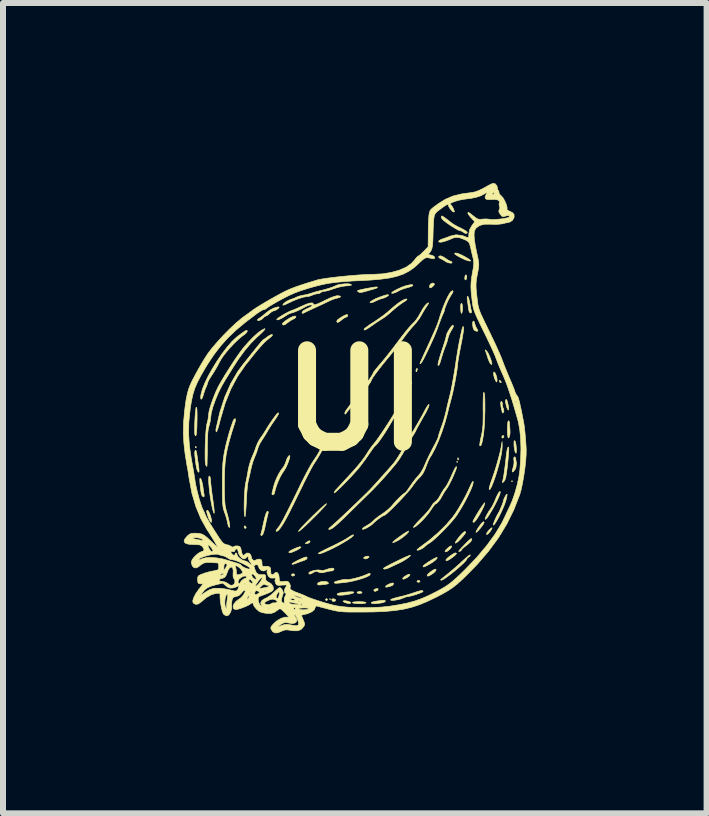
<source format=kicad_pcb>
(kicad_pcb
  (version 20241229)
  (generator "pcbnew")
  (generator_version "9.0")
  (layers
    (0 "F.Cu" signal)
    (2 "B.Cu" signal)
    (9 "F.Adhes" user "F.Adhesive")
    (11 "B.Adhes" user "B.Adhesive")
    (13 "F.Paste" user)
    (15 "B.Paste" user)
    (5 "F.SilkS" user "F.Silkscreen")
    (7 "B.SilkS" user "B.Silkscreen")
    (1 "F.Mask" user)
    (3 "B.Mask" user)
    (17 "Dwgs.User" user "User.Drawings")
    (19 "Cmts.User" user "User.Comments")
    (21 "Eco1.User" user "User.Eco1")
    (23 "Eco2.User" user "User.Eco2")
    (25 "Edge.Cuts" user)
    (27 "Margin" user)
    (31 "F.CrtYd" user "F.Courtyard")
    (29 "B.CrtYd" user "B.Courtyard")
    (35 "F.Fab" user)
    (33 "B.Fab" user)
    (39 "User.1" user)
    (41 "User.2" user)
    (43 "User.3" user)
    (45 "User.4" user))
  (footprint "UI"
    (layer "F.Cu")
    (at 2.863 3.62)
    (property "Reference" "UI" (at 0 0 0) (layer "F.SilkS") (effects (font (size 1.524 1.524) (thickness 0.3))))
    (attr through_hole)
    (fp_poly (pts (xy -0.406 3.31) (xy -0.415 3.319) (xy -0.423 3.31) (xy -0.415 3.302) (xy -0.406 3.31)) (stroke (width 0.01) (type solid)) (fill yes) (layer "F.SilkS"))
    (fp_poly (pts (xy 1.71 1.024) (xy 1.702 1.033) (xy 1.693 1.024) (xy 1.702 1.016) (xy 1.71 1.024)) (stroke (width 0.01) (type solid)) (fill yes) (layer "F.SilkS"))
    (fp_poly (pts (xy 2.625 1.346) (xy 2.616 1.355) (xy 2.608 1.346) (xy 2.616 1.338) (xy 2.625 1.346)) (stroke (width 0.01) (type solid)) (fill yes) (layer "F.SilkS"))
    (fp_poly (pts (xy -2.647 0.768) (xy -2.645 0.788) (xy -2.647 0.79) (xy -2.657 0.788) (xy -2.659 0.779) (xy -2.652 0.765) (xy -2.647 0.768)) (stroke (width 0.01) (type solid)) (fill yes) (layer "F.SilkS"))
    (fp_poly (pts (xy 1.722 0.962) (xy 1.724 0.988) (xy 1.72 0.994) (xy 1.713 0.989) (xy 1.712 0.972) (xy 1.716 0.954) (xy 1.722 0.962)) (stroke (width 0.01) (type solid)) (fill yes) (layer "F.SilkS"))
    (fp_poly (pts (xy -1.004 2.905) (xy -1.011 2.919) (xy -1.038 2.928) (xy -1.057 2.914) (xy -1.053 2.896) (xy -1.042 2.89) (xy -1.016 2.89) (xy -1.004 2.905)) (stroke (width 0.01) (type solid)) (fill yes) (layer "F.SilkS"))
    (fp_poly (pts (xy 1.04 -0.527) (xy 1.038 -0.508) (xy 1.027 -0.479) (xy 1.018 -0.479) (xy 1.016 -0.499) (xy 1.025 -0.527) (xy 1.031 -0.532) (xy 1.04 -0.527)) (stroke (width 0.01) (type solid)) (fill yes) (layer "F.SilkS"))
    (fp_poly (pts (xy 2.474 0.585) (xy 2.482 0.604) (xy 2.469 0.623) (xy 2.455 0.627) (xy 2.446 0.614) (xy 2.449 0.601) (xy 2.465 0.584) (xy 2.474 0.585)) (stroke (width 0.01) (type solid)) (fill yes) (layer "F.SilkS"))
    (fp_poly (pts (xy -1.829 2.091) (xy -1.813 2.113) (xy -1.812 2.118) (xy -1.825 2.133) (xy -1.829 2.134) (xy -1.844 2.12) (xy -1.846 2.107) (xy -1.838 2.09) (xy -1.829 2.091)) (stroke (width 0.01) (type solid)) (fill yes) (layer "F.SilkS"))
    (fp_poly (pts (xy -0.749 2.358) (xy -0.77 2.376) (xy -0.797 2.384) (xy -0.826 2.386) (xy -0.823 2.377) (xy -0.805 2.363) (xy -0.77 2.341) (xy -0.75 2.34) (xy -0.749 2.358)) (stroke (width 0.01) (type solid)) (fill yes) (layer "F.SilkS"))
    (fp_poly (pts (xy -0.458 3.315) (xy -0.457 3.319) (xy -0.47 3.335) (xy -0.474 3.336) (xy -0.491 3.323) (xy -0.491 3.319) (xy -0.478 3.302) (xy -0.474 3.302) (xy -0.458 3.315)) (stroke (width 0.01) (type solid)) (fill yes) (layer "F.SilkS"))
    (fp_poly (pts (xy -0.355 3.305) (xy -0.327 3.316) (xy -0.32 3.327) (xy -0.333 3.345) (xy -0.36 3.35) (xy -0.378 3.342) (xy -0.389 3.317) (xy -0.372 3.305) (xy -0.355 3.305)) (stroke (width 0.01) (type solid)) (fill yes) (layer "F.SilkS"))
    (fp_poly (pts (xy 0.108 3.189) (xy 0.119 3.2) (xy 0.104 3.213) (xy 0.076 3.217) (xy 0.044 3.212) (xy 0.034 3.2) (xy 0.048 3.188) (xy 0.076 3.183) (xy 0.108 3.189)) (stroke (width 0.01) (type solid)) (fill yes) (layer "F.SilkS"))
    (fp_poly (pts (xy 1.081 3.006) (xy 1.084 3.014) (xy 1.07 3.029) (xy 1.058 3.031) (xy 1.036 3.022) (xy 1.033 3.014) (xy 1.047 2.999) (xy 1.058 2.997) (xy 1.081 3.006)) (stroke (width 0.01) (type solid)) (fill yes) (layer "F.SilkS"))
    (fp_poly (pts (xy 1.858 -2.085) (xy 1.863 -2.059) (xy 1.857 -2.023) (xy 1.846 -2.007) (xy 1.833 -2.013) (xy 1.829 -2.038) (xy 1.835 -2.075) (xy 1.846 -2.091) (xy 1.858 -2.085)) (stroke (width 0.01) (type solid)) (fill yes) (layer "F.SilkS"))
    (fp_poly (pts (xy 2.425 -0.325) (xy 2.438 -0.304) (xy 2.436 -0.297) (xy 2.418 -0.297) (xy 2.416 -0.299) (xy 2.405 -0.325) (xy 2.405 -0.328) (xy 2.413 -0.334) (xy 2.425 -0.325)) (stroke (width 0.01) (type solid)) (fill yes) (layer "F.SilkS"))
    (fp_poly (pts (xy 0.386 3.141) (xy 0.384 3.157) (xy 0.372 3.167) (xy 0.338 3.182) (xy 0.317 3.172) (xy 0.314 3.168) (xy 0.319 3.152) (xy 0.343 3.14) (xy 0.372 3.135) (xy 0.386 3.141)) (stroke (width 0.01) (type solid)) (fill yes) (layer "F.SilkS"))
    (fp_poly (pts (xy 1.318 -1.949) (xy 1.324 -1.931) (xy 1.3 -1.901) (xy 1.297 -1.898) (xy 1.267 -1.876) (xy 1.247 -1.876) (xy 1.246 -1.877) (xy 1.242 -1.91) (xy 1.26 -1.939) (xy 1.29 -1.955) (xy 1.318 -1.949)) (stroke (width 0.01) (type solid)) (fill yes) (layer "F.SilkS"))
    (fp_poly (pts (xy -0.138 3.341) (xy -0.099 3.351) (xy -0.072 3.364) (xy -0.068 3.37) (xy -0.082 3.384) (xy -0.118 3.383) (xy -0.167 3.368) (xy -0.168 3.368) (xy -0.194 3.353) (xy -0.198 3.342) (xy -0.176 3.337) (xy -0.138 3.341)) (stroke (width 0.01) (type solid)) (fill yes) (layer "F.SilkS"))
    (fp_poly (pts (xy 0.233 2.598) (xy 0.234 2.599) (xy 0.232 2.614) (xy 0.209 2.631) (xy 0.18 2.641) (xy 0.175 2.641) (xy 0.148 2.631) (xy 0.145 2.626) (xy 0.152 2.613) (xy 0.178 2.601) (xy 0.21 2.595) (xy 0.233 2.598)) (stroke (width 0.01) (type solid)) (fill yes) (layer "F.SilkS"))
    (fp_poly (pts (xy 1.611 2.438) (xy 1.595 2.463) (xy 1.567 2.491) (xy 1.537 2.514) (xy 1.511 2.523) (xy 1.499 2.517) (xy 1.509 2.498) (xy 1.535 2.47) (xy 1.571 2.439) (xy 1.6 2.424) (xy 1.607 2.424) (xy 1.611 2.438)) (stroke (width 0.01) (type solid)) (fill yes) (layer "F.SilkS"))
    (fp_poly (pts (xy 0.64 3.044) (xy 0.643 3.056) (xy 0.629 3.079) (xy 0.605 3.091) (xy 0.56 3.103) (xy 0.536 3.11) (xy 0.512 3.11) (xy 0.511 3.098) (xy 0.531 3.079) (xy 0.57 3.059) (xy 0.581 3.054) (xy 0.622 3.042) (xy 0.64 3.044)) (stroke (width 0.01) (type solid)) (fill yes) (layer "F.SilkS"))
    (fp_poly (pts (xy 1.353 2.82) (xy 1.343 2.842) (xy 1.313 2.872) (xy 1.287 2.891) (xy 1.238 2.921) (xy 1.21 2.928) (xy 1.202 2.915) (xy 1.215 2.895) (xy 1.246 2.867) (xy 1.285 2.838) (xy 1.32 2.817) (xy 1.338 2.811) (xy 1.353 2.82)) (stroke (width 0.01) (type solid)) (fill yes) (layer "F.SilkS"))
    (fp_poly (pts (xy 1.779 -1.614) (xy 1.789 -1.588) (xy 1.792 -1.541) (xy 1.792 -1.516) (xy 1.786 -1.473) (xy 1.779 -1.45) (xy 1.774 -1.449) (xy 1.766 -1.472) (xy 1.762 -1.517) (xy 1.761 -1.547) (xy 1.763 -1.598) (xy 1.771 -1.618) (xy 1.779 -1.614)) (stroke (width 0.01) (type solid)) (fill yes) (layer "F.SilkS"))
    (fp_poly (pts (xy 2.531 -0.002) (xy 2.543 0.035) (xy 2.553 0.081) (xy 2.56 0.125) (xy 2.56 0.155) (xy 2.557 0.161) (xy 2.545 0.151) (xy 2.53 0.118) (xy 2.526 0.103) (xy 2.51 0.037) (xy 2.508 -0.004) (xy 2.52 -0.017) (xy 2.531 -0.002)) (stroke (width 0.01) (type solid)) (fill yes) (layer "F.SilkS"))
    (fp_poly (pts (xy 0.128 3.355) (xy 0.17 3.361) (xy 0.186 3.37) (xy 0.186 3.37) (xy 0.171 3.379) (xy 0.13 3.385) (xy 0.077 3.387) (xy 0.019 3.384) (xy -0.024 3.378) (xy -0.042 3.37) (xy -0.033 3.36) (xy 0.007 3.355) (xy 0.067 3.353) (xy 0.128 3.355)) (stroke (width 0.01) (type solid)) (fill yes) (layer "F.SilkS"))
    (fp_poly (pts (xy 0.917 2.904) (xy 0.906 2.923) (xy 0.878 2.947) (xy 0.864 2.954) (xy 0.822 2.975) (xy 0.802 2.978) (xy 0.796 2.967) (xy 0.796 2.964) (xy 0.809 2.947) (xy 0.84 2.925) (xy 0.876 2.905) (xy 0.904 2.896) (xy 0.905 2.896) (xy 0.917 2.904)) (stroke (width 0.01) (type solid)) (fill yes) (layer "F.SilkS"))
    (fp_poly (pts (xy 1.692 2.547) (xy 1.68 2.568) (xy 1.648 2.597) (xy 1.591 2.639) (xy 1.547 2.665) (xy 1.52 2.672) (xy 1.515 2.659) (xy 1.517 2.654) (xy 1.536 2.631) (xy 1.572 2.601) (xy 1.616 2.57) (xy 1.654 2.547) (xy 1.675 2.54) (xy 1.692 2.547)) (stroke (width 0.01) (type solid)) (fill yes) (layer "F.SilkS"))
    (fp_poly (pts (xy 2.286 2.124) (xy 2.277 2.145) (xy 2.255 2.18) (xy 2.251 2.186) (xy 2.223 2.219) (xy 2.201 2.234) (xy 2.191 2.231) (xy 2.198 2.207) (xy 2.199 2.205) (xy 2.219 2.177) (xy 2.245 2.149) (xy 2.27 2.127) (xy 2.285 2.121) (xy 2.286 2.124)) (stroke (width 0.01) (type solid)) (fill yes) (layer "F.SilkS"))
    (fp_poly (pts (xy 2.333 -0.459) (xy 2.35 -0.424) (xy 2.363 -0.379) (xy 2.368 -0.339) (xy 2.367 -0.326) (xy 2.36 -0.307) (xy 2.35 -0.317) (xy 2.342 -0.33) (xy 2.324 -0.373) (xy 2.312 -0.418) (xy 2.309 -0.455) (xy 2.315 -0.474) (xy 2.317 -0.474) (xy 2.333 -0.459)) (stroke (width 0.01) (type solid)) (fill yes) (layer "F.SilkS"))
    (fp_poly (pts (xy 2.668 0.679) (xy 2.679 0.715) (xy 2.684 0.752) (xy 2.69 0.81) (xy 2.689 0.854) (xy 2.685 0.878) (xy 2.676 0.876) (xy 2.67 0.864) (xy 2.659 0.819) (xy 2.651 0.766) (xy 2.649 0.716) (xy 2.651 0.68) (xy 2.656 0.67) (xy 2.668 0.679)) (stroke (width 0.01) (type solid)) (fill yes) (layer "F.SilkS"))
    (fp_poly (pts (xy -2.453 1.832) (xy -2.438 1.85) (xy -2.42 1.887) (xy -2.404 1.934) (xy -2.392 1.981) (xy -2.388 2.017) (xy -2.393 2.032) (xy -2.394 2.032) (xy -2.41 2.017) (xy -2.431 1.98) (xy -2.443 1.949) (xy -2.464 1.884) (xy -2.471 1.846) (xy -2.464 1.831) (xy -2.453 1.832)) (stroke (width 0.01) (type solid)) (fill yes) (layer "F.SilkS"))
    (fp_poly (pts (xy -0.9 2.445) (xy -0.913 2.461) (xy -0.949 2.484) (xy -0.993 2.506) (xy -1.051 2.53) (xy -1.084 2.539) (xy -1.099 2.534) (xy -1.101 2.525) (xy -1.087 2.512) (xy -1.051 2.491) (xy -1.005 2.469) (xy -0.959 2.45) (xy -0.923 2.439) (xy -0.914 2.438) (xy -0.9 2.445)) (stroke (width 0.01) (type solid)) (fill yes) (layer "F.SilkS"))
    (fp_poly (pts (xy -0.474 3.019) (xy -0.452 3.03) (xy -0.441 3.045) (xy -0.447 3.055) (xy -0.476 3.062) (xy -0.534 3.07) (xy -0.539 3.07) (xy -0.591 3.075) (xy -0.617 3.072) (xy -0.624 3.061) (xy -0.623 3.052) (xy -0.605 3.033) (xy -0.565 3.02) (xy -0.517 3.015) (xy -0.474 3.019)) (stroke (width 0.01) (type solid)) (fill yes) (layer "F.SilkS"))
    (fp_poly (pts (xy 2.452 0.031) (xy 2.455 0.051) (xy 2.457 0.091) (xy 2.464 0.118) (xy 2.475 0.14) (xy 2.481 0.181) (xy 2.475 0.197) (xy 2.463 0.212) (xy 2.454 0.198) (xy 2.45 0.182) (xy 2.433 0.108) (xy 2.427 0.052) (xy 2.431 0.022) (xy 2.437 0.017) (xy 2.452 0.031)) (stroke (width 0.01) (type solid)) (fill yes) (layer "F.SilkS"))
    (fp_poly (pts (xy -0.028 3.19) (xy -0.017 3.197) (xy -0.032 3.21) (xy -0.072 3.223) (xy -0.126 3.234) (xy -0.185 3.242) (xy -0.239 3.246) (xy -0.28 3.243) (xy -0.295 3.236) (xy -0.296 3.224) (xy -0.277 3.213) (xy -0.235 3.204) (xy -0.165 3.195) (xy -0.131 3.192) (xy -0.067 3.188) (xy -0.028 3.19)) (stroke (width 0.01) (type solid)) (fill yes) (layer "F.SilkS"))
    (fp_poly (pts (xy 0.5 3.332) (xy 0.508 3.344) (xy 0.493 3.359) (xy 0.453 3.372) (xy 0.429 3.376) (xy 0.347 3.385) (xy 0.295 3.385) (xy 0.272 3.376) (xy 0.271 3.371) (xy 0.286 3.36) (xy 0.325 3.349) (xy 0.351 3.345) (xy 0.408 3.337) (xy 0.457 3.331) (xy 0.47 3.329) (xy 0.5 3.332)) (stroke (width 0.01) (type solid)) (fill yes) (layer "F.SilkS"))
    (fp_poly (pts (xy 1.366 2.634) (xy 1.338 2.663) (xy 1.29 2.699) (xy 1.233 2.733) (xy 1.18 2.761) (xy 1.15 2.774) (xy 1.137 2.773) (xy 1.135 2.762) (xy 1.148 2.746) (xy 1.182 2.72) (xy 1.228 2.689) (xy 1.278 2.658) (xy 1.324 2.632) (xy 1.357 2.617) (xy 1.369 2.616) (xy 1.366 2.634)) (stroke (width 0.01) (type solid)) (fill yes) (layer "F.SilkS"))
    (fp_poly (pts (xy 1.845 2.192) (xy 1.837 2.216) (xy 1.805 2.258) (xy 1.764 2.305) (xy 1.723 2.346) (xy 1.69 2.372) (xy 1.672 2.378) (xy 1.672 2.377) (xy 1.677 2.357) (xy 1.7 2.322) (xy 1.733 2.279) (xy 1.769 2.236) (xy 1.803 2.202) (xy 1.827 2.185) (xy 1.83 2.184) (xy 1.845 2.192)) (stroke (width 0.01) (type solid)) (fill yes) (layer "F.SilkS"))
    (fp_poly (pts (xy 1.985 -1.313) (xy 1.993 -1.288) (xy 2.007 -1.24) (xy 2.024 -1.208) (xy 2.043 -1.176) (xy 2.049 -1.161) (xy 2.037 -1.151) (xy 2.011 -1.156) (xy 1.985 -1.172) (xy 1.983 -1.175) (xy 1.969 -1.206) (xy 1.961 -1.25) (xy 1.96 -1.292) (xy 1.968 -1.319) (xy 1.971 -1.321) (xy 1.985 -1.313)) (stroke (width 0.01) (type solid)) (fill yes) (layer "F.SilkS"))
    (fp_poly (pts (xy 2.15 2.03) (xy 2.151 2.036) (xy 2.142 2.057) (xy 2.119 2.091) (xy 2.089 2.129) (xy 2.058 2.165) (xy 2.032 2.191) (xy 2.017 2.199) (xy 2.016 2.197) (xy 2.024 2.173) (xy 2.047 2.133) (xy 2.077 2.089) (xy 2.106 2.051) (xy 2.123 2.034) (xy 2.144 2.02) (xy 2.15 2.03)) (stroke (width 0.01) (type solid)) (fill yes) (layer "F.SilkS"))
    (fp_poly (pts (xy -0.122 -1.426) (xy -0.119 -1.413) (xy -0.132 -1.391) (xy -0.143 -1.389) (xy -0.17 -1.378) (xy -0.209 -1.352) (xy -0.226 -1.338) (xy -0.262 -1.31) (xy -0.288 -1.298) (xy -0.294 -1.299) (xy -0.304 -1.319) (xy -0.29 -1.342) (xy -0.248 -1.373) (xy -0.241 -1.377) (xy -0.18 -1.413) (xy -0.141 -1.429) (xy -0.122 -1.426)) (stroke (width 0.01) (type solid)) (fill yes) (layer "F.SilkS"))
    (fp_poly (pts (xy 1.708 -2.451) (xy 1.764 -2.428) (xy 1.836 -2.391) (xy 1.84 -2.388) (xy 1.896 -2.354) (xy 1.924 -2.333) (xy 1.927 -2.323) (xy 1.913 -2.321) (xy 1.877 -2.329) (xy 1.823 -2.349) (xy 1.766 -2.376) (xy 1.714 -2.404) (xy 1.676 -2.428) (xy 1.66 -2.442) (xy 1.66 -2.443) (xy 1.672 -2.456) (xy 1.708 -2.451)) (stroke (width 0.01) (type solid)) (fill yes) (layer "F.SilkS"))
    (fp_poly (pts (xy 2.57 0.353) (xy 2.575 0.385) (xy 2.578 0.439) (xy 2.582 0.483) (xy 2.584 0.537) (xy 2.578 0.586) (xy 2.566 0.619) (xy 2.556 0.627) (xy 2.549 0.611) (xy 2.543 0.569) (xy 2.54 0.509) (xy 2.54 0.483) (xy 2.542 0.413) (xy 2.547 0.363) (xy 2.555 0.34) (xy 2.557 0.339) (xy 2.57 0.353)) (stroke (width 0.01) (type solid)) (fill yes) (layer "F.SilkS"))
    (fp_poly (pts (xy 0.895 2.177) (xy 0.89 2.193) (xy 0.864 2.223) (xy 0.823 2.259) (xy 0.775 2.296) (xy 0.727 2.328) (xy 0.708 2.338) (xy 0.658 2.362) (xy 0.631 2.37) (xy 0.629 2.363) (xy 0.636 2.356) (xy 0.672 2.324) (xy 0.721 2.287) (xy 0.774 2.249) (xy 0.825 2.214) (xy 0.867 2.189) (xy 0.892 2.177) (xy 0.895 2.177)) (stroke (width 0.01) (type solid)) (fill yes) (layer "F.SilkS"))
    (fp_poly (pts (xy 2.18 -0.837) (xy 2.2 -0.815) (xy 2.22 -0.784) (xy 2.242 -0.737) (xy 2.262 -0.685) (xy 2.276 -0.638) (xy 2.282 -0.605) (xy 2.28 -0.598) (xy 2.266 -0.604) (xy 2.254 -0.615) (xy 2.238 -0.645) (xy 2.218 -0.693) (xy 2.212 -0.713) (xy 2.195 -0.766) (xy 2.18 -0.811) (xy 2.177 -0.821) (xy 2.171 -0.841) (xy 2.18 -0.837)) (stroke (width 0.01) (type solid)) (fill yes) (layer "F.SilkS"))
    (fp_poly (pts (xy 2.676 0.96) (xy 2.677 0.965) (xy 2.69 1.048) (xy 2.682 1.119) (xy 2.661 1.161) (xy 2.636 1.187) (xy 2.621 1.193) (xy 2.621 1.193) (xy 2.62 1.173) (xy 2.63 1.134) (xy 2.635 1.116) (xy 2.648 1.063) (xy 2.65 1.017) (xy 2.649 1.008) (xy 2.645 0.97) (xy 2.651 0.945) (xy 2.663 0.94) (xy 2.676 0.96)) (stroke (width 0.01) (type solid)) (fill yes) (layer "F.SilkS"))
    (fp_poly (pts (xy -0.982 -1.398) (xy -0.988 -1.38) (xy -1.014 -1.36) (xy -1.027 -1.354) (xy -1.071 -1.331) (xy -1.117 -1.298) (xy -1.121 -1.295) (xy -1.164 -1.263) (xy -1.192 -1.255) (xy -1.21 -1.268) (xy -1.21 -1.269) (xy -1.203 -1.287) (xy -1.174 -1.314) (xy -1.131 -1.344) (xy -1.083 -1.374) (xy -1.037 -1.396) (xy -1.002 -1.405) (xy -1 -1.405) (xy -0.982 -1.398)) (stroke (width 0.01) (type solid)) (fill yes) (layer "F.SilkS"))
    (fp_poly (pts (xy -0.797 2.621) (xy -0.796 2.63) (xy -0.811 2.648) (xy -0.847 2.666) (xy -0.859 2.67) (xy -0.92 2.69) (xy -0.982 2.714) (xy -0.986 2.716) (xy -1.028 2.73) (xy -1.049 2.729) (xy -1.05 2.726) (xy -1.036 2.712) (xy -0.999 2.69) (xy -0.95 2.664) (xy -0.897 2.639) (xy -0.85 2.619) (xy -0.816 2.608) (xy -0.811 2.608) (xy -0.797 2.621)) (stroke (width 0.01) (type solid)) (fill yes) (layer "F.SilkS"))
    (fp_poly (pts (xy 1.887 -1.723) (xy 1.899 -1.686) (xy 1.911 -1.631) (xy 1.913 -1.621) (xy 1.925 -1.558) (xy 1.935 -1.507) (xy 1.943 -1.478) (xy 1.943 -1.477) (xy 1.937 -1.459) (xy 1.925 -1.456) (xy 1.908 -1.467) (xy 1.896 -1.501) (xy 1.888 -1.554) (xy 1.881 -1.614) (xy 1.874 -1.666) (xy 1.87 -1.688) (xy 1.87 -1.721) (xy 1.877 -1.734) (xy 1.887 -1.723)) (stroke (width 0.01) (type solid)) (fill yes) (layer "F.SilkS"))
    (fp_poly (pts (xy -2.642 0.85) (xy -2.635 0.885) (xy -2.629 0.929) (xy -2.62 0.994) (xy -2.609 1.064) (xy -2.609 1.065) (xy -2.599 1.141) (xy -2.597 1.185) (xy -2.603 1.198) (xy -2.617 1.182) (xy -2.623 1.172) (xy -2.632 1.15) (xy -2.64 1.12) (xy -2.648 1.074) (xy -2.657 1.007) (xy -2.667 0.919) (xy -2.669 0.867) (xy -2.663 0.836) (xy -2.653 0.829) (xy -2.642 0.85)) (stroke (width 0.01) (type solid)) (fill yes) (layer "F.SilkS"))
    (fp_poly (pts (xy -2.569 1.306) (xy -2.567 1.308) (xy -2.553 1.341) (xy -2.54 1.394) (xy -2.533 1.434) (xy -2.525 1.495) (xy -2.517 1.548) (xy -2.512 1.57) (xy -2.512 1.601) (xy -2.526 1.608) (xy -2.545 1.59) (xy -2.555 1.571) (xy -2.563 1.535) (xy -2.572 1.478) (xy -2.579 1.411) (xy -2.58 1.405) (xy -2.584 1.342) (xy -2.584 1.308) (xy -2.58 1.297) (xy -2.569 1.306)) (stroke (width 0.01) (type solid)) (fill yes) (layer "F.SilkS"))
    (fp_poly (pts (xy 0.561 -1.755) (xy 0.547 -1.74) (xy 0.519 -1.722) (xy 0.485 -1.707) (xy 0.46 -1.7) (xy 0.402 -1.682) (xy 0.348 -1.657) (xy 0.347 -1.657) (xy 0.303 -1.636) (xy 0.264 -1.626) (xy 0.262 -1.626) (xy 0.249 -1.631) (xy 0.262 -1.646) (xy 0.296 -1.668) (xy 0.343 -1.693) (xy 0.404 -1.718) (xy 0.468 -1.741) (xy 0.522 -1.757) (xy 0.551 -1.761) (xy 0.561 -1.755)) (stroke (width 0.01) (type solid)) (fill yes) (layer "F.SilkS"))
    (fp_poly (pts (xy 1.431 -2.407) (xy 1.465 -2.394) (xy 1.507 -2.367) (xy 1.516 -2.361) (xy 1.555 -2.335) (xy 1.584 -2.321) (xy 1.588 -2.32) (xy 1.614 -2.307) (xy 1.617 -2.303) (xy 1.615 -2.289) (xy 1.592 -2.286) (xy 1.557 -2.293) (xy 1.521 -2.307) (xy 1.505 -2.318) (xy 1.462 -2.345) (xy 1.426 -2.361) (xy 1.398 -2.379) (xy 1.396 -2.399) (xy 1.418 -2.408) (xy 1.431 -2.407)) (stroke (width 0.01) (type solid)) (fill yes) (layer "F.SilkS"))
    (fp_poly (pts (xy 1.947 2.311) (xy 1.947 2.315) (xy 1.931 2.35) (xy 1.884 2.395) (xy 1.863 2.411) (xy 1.818 2.446) (xy 1.787 2.474) (xy 1.778 2.487) (xy 1.765 2.506) (xy 1.753 2.512) (xy 1.731 2.516) (xy 1.727 2.513) (xy 1.738 2.498) (xy 1.768 2.465) (xy 1.811 2.419) (xy 1.837 2.392) (xy 1.889 2.34) (xy 1.923 2.31) (xy 1.941 2.302) (xy 1.947 2.311)) (stroke (width 0.01) (type solid)) (fill yes) (layer "F.SilkS"))
    (fp_poly (pts (xy 2.163 1.706) (xy 2.159 1.732) (xy 2.141 1.778) (xy 2.113 1.835) (xy 2.079 1.897) (xy 2.044 1.955) (xy 2.012 2.001) (xy 1.987 2.028) (xy 1.979 2.032) (xy 1.964 2.022) (xy 1.964 2.021) (xy 1.972 2) (xy 1.994 1.96) (xy 2.024 1.908) (xy 2.059 1.851) (xy 2.095 1.795) (xy 2.127 1.748) (xy 2.151 1.716) (xy 2.163 1.705) (xy 2.163 1.706)) (stroke (width 0.01) (type solid)) (fill yes) (layer "F.SilkS"))
    (fp_poly (pts (xy -2.637 0.119) (xy -2.632 0.153) (xy -2.63 0.218) (xy -2.63 0.314) (xy -2.631 0.335) (xy -2.633 0.442) (xy -2.637 0.518) (xy -2.642 0.566) (xy -2.65 0.588) (xy -2.659 0.587) (xy -2.664 0.58) (xy -2.669 0.556) (xy -2.67 0.506) (xy -2.67 0.438) (xy -2.668 0.362) (xy -2.664 0.284) (xy -2.659 0.212) (xy -2.653 0.155) (xy -2.647 0.12) (xy -2.644 0.114) (xy -2.637 0.119)) (stroke (width 0.01) (type solid)) (fill yes) (layer "F.SilkS"))
    (fp_poly (pts (xy 0.965 -1.919) (xy 0.965 -1.915) (xy 0.95 -1.903) (xy 0.912 -1.889) (xy 0.876 -1.879) (xy 0.814 -1.861) (xy 0.757 -1.839) (xy 0.737 -1.829) (xy 0.684 -1.801) (xy 0.641 -1.786) (xy 0.614 -1.784) (xy 0.61 -1.79) (xy 0.624 -1.806) (xy 0.662 -1.829) (xy 0.714 -1.856) (xy 0.773 -1.883) (xy 0.83 -1.904) (xy 0.855 -1.912) (xy 0.917 -1.926) (xy 0.952 -1.929) (xy 0.965 -1.919)) (stroke (width 0.01) (type solid)) (fill yes) (layer "F.SilkS"))
    (fp_poly (pts (xy -1.443 1.859) (xy -1.447 1.884) (xy -1.456 1.919) (xy -1.469 1.975) (xy -1.484 2.042) (xy -1.485 2.049) (xy -1.505 2.139) (xy -1.522 2.2) (xy -1.537 2.236) (xy -1.553 2.251) (xy -1.559 2.252) (xy -1.57 2.24) (xy -1.566 2.223) (xy -1.557 2.191) (xy -1.544 2.139) (xy -1.531 2.075) (xy -1.531 2.075) (xy -1.507 1.968) (xy -1.486 1.895) (xy -1.466 1.854) (xy -1.453 1.846) (xy -1.443 1.859)) (stroke (width 0.01) (type solid)) (fill yes) (layer "F.SilkS"))
    (fp_poly (pts (xy -0.473 1.723) (xy -0.492 1.749) (xy -0.53 1.792) (xy -0.581 1.847) (xy -0.642 1.909) (xy -0.708 1.974) (xy -0.773 2.038) (xy -0.834 2.096) (xy -0.885 2.142) (xy -0.922 2.173) (xy -0.941 2.184) (xy -0.937 2.173) (xy -0.914 2.144) (xy -0.879 2.104) (xy -0.826 2.049) (xy -0.766 1.988) (xy -0.703 1.925) (xy -0.64 1.865) (xy -0.581 1.81) (xy -0.532 1.766) (xy -0.495 1.734) (xy -0.474 1.72) (xy -0.473 1.723)) (stroke (width 0.01) (type solid)) (fill yes) (layer "F.SilkS"))
    (fp_poly (pts (xy 0.369 -1.889) (xy 0.374 -1.882) (xy 0.369 -1.875) (xy 0.348 -1.866) (xy 0.306 -1.853) (xy 0.238 -1.834) (xy 0.233 -1.832) (xy 0.163 -1.812) (xy 0.118 -1.801) (xy 0.09 -1.797) (xy 0.072 -1.8) (xy 0.057 -1.808) (xy 0.053 -1.81) (xy 0.04 -1.824) (xy 0.059 -1.834) (xy 0.061 -1.835) (xy 0.109 -1.847) (xy 0.171 -1.86) (xy 0.236 -1.872) (xy 0.296 -1.882) (xy 0.343 -1.889) (xy 0.368 -1.889) (xy 0.369 -1.889)) (stroke (width 0.01) (type solid)) (fill yes) (layer "F.SilkS"))
    (fp_poly (pts (xy 0.925 2.579) (xy 0.919 2.593) (xy 0.89 2.618) (xy 0.845 2.649) (xy 0.793 2.681) (xy 0.739 2.708) (xy 0.735 2.71) (xy 0.672 2.739) (xy 0.611 2.768) (xy 0.589 2.779) (xy 0.535 2.802) (xy 0.495 2.811) (xy 0.475 2.803) (xy 0.475 2.798) (xy 0.489 2.787) (xy 0.528 2.765) (xy 0.584 2.735) (xy 0.651 2.701) (xy 0.723 2.666) (xy 0.792 2.633) (xy 0.853 2.605) (xy 0.899 2.586) (xy 0.923 2.578) (xy 0.925 2.579)) (stroke (width 0.01) (type solid)) (fill yes) (layer "F.SilkS"))
    (fp_poly (pts (xy -2.424 1.26) (xy -2.411 1.283) (xy -2.405 1.326) (xy -2.405 1.337) (xy -2.402 1.378) (xy -2.395 1.444) (xy -2.385 1.526) (xy -2.373 1.617) (xy -2.37 1.635) (xy -2.356 1.735) (xy -2.347 1.811) (xy -2.344 1.86) (xy -2.345 1.881) (xy -2.353 1.872) (xy -2.36 1.851) (xy -2.378 1.784) (xy -2.394 1.703) (xy -2.409 1.616) (xy -2.421 1.527) (xy -2.43 1.442) (xy -2.436 1.367) (xy -2.437 1.308) (xy -2.434 1.27) (xy -2.425 1.259) (xy -2.424 1.26)) (stroke (width 0.01) (type solid)) (fill yes) (layer "F.SilkS"))
    (fp_poly (pts (xy 2.421 1.529) (xy 2.414 1.562) (xy 2.395 1.611) (xy 2.367 1.671) (xy 2.333 1.738) (xy 2.296 1.806) (xy 2.259 1.869) (xy 2.225 1.923) (xy 2.196 1.963) (xy 2.176 1.982) (xy 2.168 1.976) (xy 2.168 1.976) (xy 2.176 1.949) (xy 2.198 1.904) (xy 2.228 1.852) (xy 2.261 1.804) (xy 2.262 1.803) (xy 2.291 1.757) (xy 2.32 1.696) (xy 2.333 1.666) (xy 2.359 1.603) (xy 2.384 1.555) (xy 2.405 1.524) (xy 2.418 1.517) (xy 2.421 1.529)) (stroke (width 0.01) (type solid)) (fill yes) (layer "F.SilkS"))
    (fp_poly (pts (xy 2.561 0.783) (xy 2.563 0.809) (xy 2.561 0.862) (xy 2.556 0.933) (xy 2.548 1.016) (xy 2.539 1.102) (xy 2.528 1.185) (xy 2.517 1.257) (xy 2.514 1.278) (xy 2.499 1.324) (xy 2.478 1.357) (xy 2.476 1.358) (xy 2.458 1.37) (xy 2.457 1.357) (xy 2.462 1.338) (xy 2.472 1.292) (xy 2.484 1.221) (xy 2.496 1.134) (xy 2.508 1.039) (xy 2.514 0.982) (xy 2.524 0.892) (xy 2.535 0.825) (xy 2.546 0.786) (xy 2.556 0.776) (xy 2.561 0.783)) (stroke (width 0.01) (type solid)) (fill yes) (layer "F.SilkS"))
    (fp_poly (pts (xy -0.029 2.255) (xy -0.06 2.283) (xy -0.112 2.319) (xy -0.18 2.361) (xy -0.258 2.406) (xy -0.342 2.45) (xy -0.427 2.492) (xy -0.508 2.528) (xy -0.514 2.53) (xy -0.57 2.551) (xy -0.601 2.556) (xy -0.61 2.547) (xy -0.595 2.537) (xy -0.555 2.515) (xy -0.496 2.485) (xy -0.423 2.449) (xy -0.395 2.437) (xy -0.31 2.395) (xy -0.229 2.353) (xy -0.16 2.315) (xy -0.113 2.286) (xy -0.108 2.282) (xy -0.065 2.255) (xy -0.034 2.24) (xy -0.024 2.24) (xy -0.029 2.255)) (stroke (width 0.01) (type solid)) (fill yes) (layer "F.SilkS"))
    (fp_poly (pts (xy 2.453 0.762) (xy 2.45 0.815) (xy 2.44 0.887) (xy 2.425 0.964) (xy 2.421 0.979) (xy 2.396 1.076) (xy 2.369 1.171) (xy 2.341 1.261) (xy 2.313 1.341) (xy 2.287 1.408) (xy 2.265 1.457) (xy 2.248 1.484) (xy 2.238 1.485) (xy 2.236 1.469) (xy 2.241 1.441) (xy 2.256 1.39) (xy 2.278 1.326) (xy 2.287 1.3) (xy 2.321 1.202) (xy 2.356 1.09) (xy 2.388 0.976) (xy 2.416 0.869) (xy 2.435 0.781) (xy 2.438 0.762) (xy 2.451 0.686) (xy 2.453 0.762)) (stroke (width 0.01) (type solid)) (fill yes) (layer "F.SilkS"))
    (fp_poly (pts (xy -1.262 -1.55) (xy -1.276 -1.533) (xy -1.302 -1.513) (xy -1.332 -1.497) (xy -1.356 -1.491) (xy -1.385 -1.479) (xy -1.42 -1.45) (xy -1.422 -1.448) (xy -1.455 -1.419) (xy -1.482 -1.406) (xy -1.484 -1.405) (xy -1.51 -1.393) (xy -1.527 -1.374) (xy -1.553 -1.351) (xy -1.585 -1.335) (xy -1.613 -1.329) (xy -1.626 -1.339) (xy -1.626 -1.339) (xy -1.612 -1.357) (xy -1.588 -1.373) (xy -1.554 -1.396) (xy -1.509 -1.433) (xy -1.486 -1.453) (xy -1.424 -1.501) (xy -1.354 -1.537) (xy -1.289 -1.556) (xy -1.27 -1.557) (xy -1.262 -1.55)) (stroke (width 0.01) (type solid)) (fill yes) (layer "F.SilkS"))
    (fp_poly (pts (xy -0.351 2.802) (xy -0.349 2.819) (xy -0.372 2.839) (xy -0.387 2.841) (xy -0.42 2.843) (xy -0.469 2.854) (xy -0.49 2.859) (xy -0.543 2.872) (xy -0.579 2.87) (xy -0.605 2.86) (xy -0.639 2.848) (xy -0.672 2.855) (xy -0.693 2.867) (xy -0.733 2.889) (xy -0.754 2.894) (xy -0.767 2.884) (xy -0.769 2.88) (xy -0.763 2.865) (xy -0.733 2.849) (xy -0.689 2.835) (xy -0.641 2.826) (xy -0.599 2.825) (xy -0.583 2.828) (xy -0.534 2.835) (xy -0.48 2.819) (xy -0.422 2.8) (xy -0.377 2.794) (xy -0.351 2.802)) (stroke (width 0.01) (type solid)) (fill yes) (layer "F.SilkS"))
    (fp_poly (pts (xy 1.126 3.169) (xy 1.135 3.182) (xy 1.135 3.183) (xy 1.12 3.194) (xy 1.081 3.211) (xy 1.029 3.23) (xy 0.972 3.248) (xy 0.92 3.261) (xy 0.882 3.268) (xy 0.877 3.268) (xy 0.845 3.275) (xy 0.803 3.292) (xy 0.758 3.309) (xy 0.704 3.322) (xy 0.653 3.33) (xy 0.612 3.332) (xy 0.593 3.325) (xy 0.593 3.323) (xy 0.608 3.311) (xy 0.649 3.297) (xy 0.707 3.281) (xy 0.724 3.277) (xy 0.808 3.257) (xy 0.899 3.231) (xy 0.97 3.208) (xy 1.048 3.182) (xy 1.098 3.169) (xy 1.126 3.169)) (stroke (width 0.01) (type solid)) (fill yes) (layer "F.SilkS"))
    (fp_poly (pts (xy 2.534 1.582) (xy 2.526 1.624) (xy 2.514 1.67) (xy 2.495 1.726) (xy 2.468 1.792) (xy 2.437 1.861) (xy 2.404 1.928) (xy 2.371 1.99) (xy 2.342 2.039) (xy 2.32 2.07) (xy 2.306 2.079) (xy 2.303 2.072) (xy 2.31 2.047) (xy 2.327 2.002) (xy 2.35 1.951) (xy 2.374 1.903) (xy 2.388 1.88) (xy 2.407 1.844) (xy 2.429 1.794) (xy 2.451 1.742) (xy 2.467 1.698) (xy 2.472 1.676) (xy 2.479 1.65) (xy 2.495 1.614) (xy 2.514 1.582) (xy 2.529 1.563) (xy 2.534 1.563) (xy 2.534 1.582)) (stroke (width 0.01) (type solid)) (fill yes) (layer "F.SilkS"))
    (fp_poly (pts (xy 1.479 -3.055) (xy 1.494 -3.045) (xy 1.541 -3.01) (xy 1.583 -2.977) (xy 1.587 -2.974) (xy 1.618 -2.949) (xy 1.656 -2.925) (xy 1.707 -2.897) (xy 1.78 -2.861) (xy 1.792 -2.855) (xy 1.838 -2.829) (xy 1.867 -2.807) (xy 1.871 -2.794) (xy 1.854 -2.779) (xy 1.828 -2.787) (xy 1.804 -2.803) (xy 1.769 -2.823) (xy 1.746 -2.828) (xy 1.722 -2.837) (xy 1.677 -2.861) (xy 1.62 -2.896) (xy 1.58 -2.922) (xy 1.506 -2.974) (xy 1.46 -3.014) (xy 1.44 -3.042) (xy 1.439 -3.049) (xy 1.441 -3.07) (xy 1.452 -3.072) (xy 1.479 -3.055)) (stroke (width 0.01) (type solid)) (fill yes) (layer "F.SilkS"))
    (fp_poly (pts (xy 1.922 2.574) (xy 1.917 2.592) (xy 1.897 2.607) (xy 1.87 2.629) (xy 1.863 2.645) (xy 1.85 2.667) (xy 1.815 2.705) (xy 1.764 2.753) (xy 1.703 2.806) (xy 1.637 2.861) (xy 1.572 2.912) (xy 1.513 2.955) (xy 1.466 2.985) (xy 1.438 2.997) (xy 1.436 2.997) (xy 1.426 2.99) (xy 1.432 2.983) (xy 1.451 2.967) (xy 1.491 2.935) (xy 1.543 2.893) (xy 1.575 2.867) (xy 1.647 2.806) (xy 1.725 2.738) (xy 1.794 2.674) (xy 1.807 2.662) (xy 1.856 2.618) (xy 1.894 2.587) (xy 1.918 2.573) (xy 1.922 2.574)) (stroke (width 0.01) (type solid)) (fill yes) (layer "F.SilkS"))
    (fp_poly (pts (xy 2.155 -0.12) (xy 2.161 -0.076) (xy 2.164 -0.009) (xy 2.165 0.073) (xy 2.165 0.167) (xy 2.162 0.265) (xy 2.159 0.362) (xy 2.153 0.453) (xy 2.146 0.532) (xy 2.14 0.576) (xy 2.125 0.664) (xy 2.111 0.722) (xy 2.098 0.752) (xy 2.085 0.757) (xy 2.079 0.753) (xy 2.079 0.733) (xy 2.085 0.689) (xy 2.097 0.627) (xy 2.104 0.596) (xy 2.118 0.532) (xy 2.127 0.469) (xy 2.133 0.399) (xy 2.135 0.315) (xy 2.136 0.208) (xy 2.135 0.157) (xy 2.135 0.047) (xy 2.137 -0.039) (xy 2.14 -0.1) (xy 2.145 -0.132) (xy 2.148 -0.135) (xy 2.155 -0.12)) (stroke (width 0.01) (type solid)) (fill yes) (layer "F.SilkS"))
    (fp_poly (pts (xy 0.252 2.884) (xy 0.254 2.896) (xy 0.254 2.9) (xy 0.238 2.918) (xy 0.196 2.939) (xy 0.134 2.963) (xy 0.059 2.986) (xy -0.022 3.007) (xy -0.104 3.024) (xy -0.152 3.031) (xy -0.232 3.04) (xy -0.285 3.045) (xy -0.317 3.047) (xy -0.334 3.044) (xy -0.343 3.037) (xy -0.346 3.033) (xy -0.336 3.023) (xy -0.302 3.011) (xy -0.256 2.998) (xy -0.207 2.987) (xy -0.166 2.982) (xy -0.144 2.983) (xy -0.143 2.984) (xy -0.121 2.986) (xy -0.076 2.98) (xy -0.017 2.968) (xy 0.049 2.951) (xy 0.112 2.932) (xy 0.163 2.913) (xy 0.165 2.912) (xy 0.215 2.891) (xy 0.242 2.881) (xy 0.252 2.884)) (stroke (width 0.01) (type solid)) (fill yes) (layer "F.SilkS"))
    (fp_poly (pts (xy -1.086 0.92) (xy -1.084 0.933) (xy -1.091 0.971) (xy -1.11 1.026) (xy -1.135 1.087) (xy -1.162 1.141) (xy -1.185 1.176) (xy -1.185 1.177) (xy -1.215 1.22) (xy -1.25 1.284) (xy -1.283 1.358) (xy -1.311 1.432) (xy -1.329 1.494) (xy -1.331 1.504) (xy -1.344 1.554) (xy -1.363 1.574) (xy -1.366 1.575) (xy -1.383 1.563) (xy -1.382 1.545) (xy -1.373 1.511) (xy -1.361 1.46) (xy -1.356 1.439) (xy -1.336 1.374) (xy -1.307 1.299) (xy -1.271 1.227) (xy -1.236 1.167) (xy -1.206 1.129) (xy -1.181 1.094) (xy -1.157 1.043) (xy -1.151 1.024) (xy -1.135 0.977) (xy -1.115 0.941) (xy -1.097 0.92) (xy -1.086 0.92)) (stroke (width 0.01) (type solid)) (fill yes) (layer "F.SilkS"))
    (fp_poly (pts (xy 1.642 -1.241) (xy 1.63 -1.207) (xy 1.602 -1.161) (xy 1.573 -1.106) (xy 1.552 -1.046) (xy 1.55 -1.038) (xy 1.535 -0.979) (xy 1.513 -0.916) (xy 1.508 -0.906) (xy 1.487 -0.852) (xy 1.464 -0.783) (xy 1.447 -0.728) (xy 1.425 -0.652) (xy 1.409 -0.605) (xy 1.396 -0.584) (xy 1.386 -0.584) (xy 1.383 -0.588) (xy 1.384 -0.61) (xy 1.395 -0.657) (xy 1.414 -0.723) (xy 1.439 -0.803) (xy 1.448 -0.831) (xy 1.476 -0.915) (xy 1.499 -0.988) (xy 1.515 -1.046) (xy 1.523 -1.079) (xy 1.524 -1.084) (xy 1.532 -1.112) (xy 1.553 -1.153) (xy 1.58 -1.197) (xy 1.607 -1.234) (xy 1.627 -1.252) (xy 1.629 -1.253) (xy 1.642 -1.241)) (stroke (width 0.01) (type solid)) (fill yes) (layer "F.SilkS"))
    (fp_poly (pts (xy 0.867 -1.681) (xy 0.845 -1.66) (xy 0.809 -1.638) (xy 0.757 -1.602) (xy 0.693 -1.553) (xy 0.632 -1.501) (xy 0.626 -1.496) (xy 0.571 -1.447) (xy 0.52 -1.405) (xy 0.48 -1.377) (xy 0.475 -1.373) (xy 0.439 -1.351) (xy 0.385 -1.316) (xy 0.322 -1.274) (xy 0.299 -1.257) (xy 0.234 -1.212) (xy 0.191 -1.185) (xy 0.167 -1.173) (xy 0.156 -1.173) (xy 0.152 -1.183) (xy 0.152 -1.186) (xy 0.166 -1.202) (xy 0.203 -1.23) (xy 0.256 -1.268) (xy 0.308 -1.3) (xy 0.386 -1.353) (xy 0.468 -1.411) (xy 0.539 -1.467) (xy 0.566 -1.491) (xy 0.65 -1.564) (xy 0.726 -1.623) (xy 0.79 -1.665) (xy 0.838 -1.687) (xy 0.86 -1.69) (xy 0.867 -1.681)) (stroke (width 0.01) (type solid)) (fill yes) (layer "F.SilkS"))
    (fp_poly (pts (xy 1.969 1.377) (xy 1.954 1.429) (xy 1.925 1.5) (xy 1.885 1.584) (xy 1.837 1.678) (xy 1.782 1.776) (xy 1.722 1.873) (xy 1.698 1.911) (xy 1.661 1.961) (xy 1.607 2.025) (xy 1.542 2.096) (xy 1.471 2.17) (xy 1.401 2.24) (xy 1.335 2.302) (xy 1.281 2.349) (xy 1.242 2.376) (xy 1.241 2.377) (xy 1.198 2.404) (xy 1.166 2.433) (xy 1.165 2.434) (xy 1.141 2.455) (xy 1.106 2.475) (xy 1.069 2.491) (xy 1.041 2.497) (xy 1.033 2.492) (xy 1.046 2.476) (xy 1.077 2.451) (xy 1.082 2.447) (xy 1.239 2.33) (xy 1.386 2.204) (xy 1.517 2.075) (xy 1.626 1.948) (xy 1.675 1.881) (xy 1.731 1.792) (xy 1.791 1.688) (xy 1.848 1.582) (xy 1.896 1.483) (xy 1.922 1.424) (xy 1.943 1.379) (xy 1.961 1.352) (xy 1.969 1.349) (xy 1.969 1.377)) (stroke (width 0.01) (type solid)) (fill yes) (layer "F.SilkS"))
    (fp_poly (pts (xy -1.379 -1.098) (xy -1.374 -1.086) (xy -1.397 -1.06) (xy -1.436 -1.028) (xy -1.469 -1.002) (xy -1.502 -0.972) (xy -1.539 -0.934) (xy -1.582 -0.886) (xy -1.636 -0.823) (xy -1.702 -0.742) (xy -1.784 -0.638) (xy -1.821 -0.593) (xy -1.954 -0.402) (xy -2.067 -0.19) (xy -2.162 0.045) (xy -2.239 0.307) (xy -2.244 0.326) (xy -2.264 0.403) (xy -2.282 0.466) (xy -2.298 0.508) (xy -2.308 0.525) (xy -2.308 0.525) (xy -2.316 0.51) (xy -2.315 0.475) (xy -2.314 0.47) (xy -2.249 0.192) (xy -2.168 -0.057) (xy -2.069 -0.281) (xy -1.952 -0.481) (xy -1.865 -0.599) (xy -1.801 -0.678) (xy -1.733 -0.763) (xy -1.669 -0.843) (xy -1.634 -0.887) (xy -1.589 -0.942) (xy -1.552 -0.986) (xy -1.528 -1.011) (xy -1.521 -1.016) (xy -1.502 -1.026) (xy -1.469 -1.051) (xy -1.458 -1.06) (xy -1.418 -1.086) (xy -1.385 -1.098) (xy -1.379 -1.098)) (stroke (width 0.01) (type solid)) (fill yes) (layer "F.SilkS"))
    (fp_poly (pts (xy -1.792 -1.159) (xy -1.801 -1.136) (xy -1.825 -1.11) (xy -1.843 -1.096) (xy -1.89 -1.062) (xy -1.951 -1.009) (xy -2.019 -0.943) (xy -2.085 -0.873) (xy -2.142 -0.806) (xy -2.143 -0.805) (xy -2.191 -0.743) (xy -2.226 -0.693) (xy -2.255 -0.642) (xy -2.285 -0.584) (xy -2.313 -0.534) (xy -2.351 -0.471) (xy -2.387 -0.415) (xy -2.421 -0.362) (xy -2.445 -0.318) (xy -2.455 -0.291) (xy -2.455 -0.29) (xy -2.463 -0.26) (xy -2.479 -0.223) (xy -2.498 -0.178) (xy -2.518 -0.12) (xy -2.524 -0.097) (xy -2.542 -0.043) (xy -2.557 -0.019) (xy -2.568 -0.025) (xy -2.57 -0.062) (xy -2.566 -0.093) (xy -2.544 -0.179) (xy -2.503 -0.284) (xy -2.446 -0.402) (xy -2.376 -0.527) (xy -2.298 -0.654) (xy -2.215 -0.776) (xy -2.13 -0.887) (xy -2.048 -0.982) (xy -2.007 -1.022) (xy -1.968 -1.056) (xy -1.92 -1.093) (xy -1.871 -1.129) (xy -1.831 -1.156) (xy -1.806 -1.168) (xy -1.805 -1.168) (xy -1.792 -1.159)) (stroke (width 0.01) (type solid)) (fill yes) (layer "F.SilkS"))
    (fp_poly (pts (xy 1.636 -1.819) (xy 1.626 -1.791) (xy 1.605 -1.758) (xy 1.578 -1.715) (xy 1.548 -1.657) (xy 1.521 -1.595) (xy 1.5 -1.541) (xy 1.49 -1.504) (xy 1.49 -1.501) (xy 1.483 -1.473) (xy 1.466 -1.436) (xy 1.449 -1.398) (xy 1.426 -1.339) (xy 1.401 -1.271) (xy 1.396 -1.258) (xy 1.37 -1.185) (xy 1.341 -1.111) (xy 1.306 -1.03) (xy 1.262 -0.934) (xy 1.207 -0.817) (xy 1.183 -0.767) (xy 1.146 -0.693) (xy 1.116 -0.641) (xy 1.095 -0.613) (xy 1.084 -0.611) (xy 1.084 -0.617) (xy 1.09 -0.636) (xy 1.109 -0.678) (xy 1.135 -0.736) (xy 1.153 -0.775) (xy 1.197 -0.87) (xy 1.243 -0.971) (xy 1.288 -1.071) (xy 1.327 -1.159) (xy 1.357 -1.228) (xy 1.364 -1.245) (xy 1.379 -1.286) (xy 1.4 -1.347) (xy 1.421 -1.416) (xy 1.423 -1.422) (xy 1.451 -1.505) (xy 1.484 -1.59) (xy 1.519 -1.671) (xy 1.553 -1.741) (xy 1.583 -1.791) (xy 1.6 -1.812) (xy 1.627 -1.828) (xy 1.636 -1.819)) (stroke (width 0.01) (type solid)) (fill yes) (layer "F.SilkS"))
    (fp_poly (pts (xy -0.428 0.605) (xy -0.434 0.624) (xy -0.455 0.666) (xy -0.486 0.725) (xy -0.525 0.795) (xy -0.567 0.869) (xy -0.61 0.942) (xy -0.65 1.007) (xy -0.68 1.052) (xy -0.702 1.088) (xy -0.735 1.148) (xy -0.775 1.225) (xy -0.819 1.312) (xy -0.846 1.365) (xy -0.899 1.474) (xy -0.958 1.594) (xy -1.016 1.713) (xy -1.068 1.817) (xy -1.078 1.839) (xy -1.139 1.956) (xy -1.193 2.052) (xy -1.24 2.123) (xy -1.278 2.168) (xy -1.306 2.184) (xy -1.306 2.184) (xy -1.314 2.173) (xy -1.311 2.163) (xy -1.29 2.133) (xy -1.275 2.114) (xy -1.254 2.086) (xy -1.226 2.04) (xy -1.19 1.975) (xy -1.145 1.887) (xy -1.089 1.776) (xy -1.021 1.64) (xy -0.941 1.475) (xy -0.908 1.405) (xy -0.842 1.274) (xy -0.781 1.158) (xy -0.727 1.062) (xy -0.683 0.992) (xy -0.67 0.974) (xy -0.635 0.922) (xy -0.603 0.866) (xy -0.601 0.864) (xy -0.572 0.81) (xy -0.538 0.752) (xy -0.502 0.696) (xy -0.469 0.648) (xy -0.443 0.615) (xy -0.429 0.604) (xy -0.428 0.605)) (stroke (width 0.01) (type solid)) (fill yes) (layer "F.SilkS"))
    (fp_poly (pts (xy 1.693 1.108) (xy 1.693 1.111) (xy 1.686 1.142) (xy 1.666 1.194) (xy 1.639 1.259) (xy 1.607 1.329) (xy 1.574 1.394) (xy 1.545 1.446) (xy 1.527 1.472) (xy 1.49 1.525) (xy 1.458 1.581) (xy 1.452 1.592) (xy 1.424 1.642) (xy 1.39 1.687) (xy 1.358 1.718) (xy 1.339 1.727) (xy 1.324 1.741) (xy 1.298 1.776) (xy 1.265 1.825) (xy 1.265 1.825) (xy 1.227 1.88) (xy 1.177 1.94) (xy 1.122 2) (xy 1.068 2.052) (xy 1.021 2.093) (xy 0.985 2.114) (xy 0.976 2.117) (xy 0.977 2.106) (xy 1 2.076) (xy 1.039 2.031) (xy 1.092 1.977) (xy 1.101 1.968) (xy 1.162 1.905) (xy 1.215 1.846) (xy 1.254 1.796) (xy 1.275 1.763) (xy 1.302 1.719) (xy 1.336 1.689) (xy 1.338 1.688) (xy 1.368 1.662) (xy 1.401 1.616) (xy 1.421 1.58) (xy 1.453 1.524) (xy 1.486 1.473) (xy 1.503 1.452) (xy 1.527 1.419) (xy 1.557 1.363) (xy 1.59 1.296) (xy 1.602 1.269) (xy 1.64 1.183) (xy 1.668 1.127) (xy 1.686 1.102) (xy 1.693 1.108)) (stroke (width 0.01) (type solid)) (fill yes) (layer "F.SilkS"))
    (fp_poly (pts (xy -0.084 -1.939) (xy -0.058 -1.927) (xy -0.064 -1.917) (xy -0.104 -1.91) (xy -0.156 -1.907) (xy -0.219 -1.898) (xy -0.296 -1.879) (xy -0.369 -1.855) (xy -0.431 -1.834) (xy -0.482 -1.821) (xy -0.513 -1.817) (xy -0.516 -1.818) (xy -0.545 -1.814) (xy -0.56 -1.802) (xy -0.591 -1.783) (xy -0.624 -1.777) (xy -0.674 -1.768) (xy -0.711 -1.753) (xy -0.759 -1.735) (xy -0.811 -1.728) (xy -0.863 -1.719) (xy -0.937 -1.696) (xy -1.023 -1.662) (xy -1.115 -1.619) (xy -1.139 -1.607) (xy -1.177 -1.59) (xy -1.2 -1.587) (xy -1.202 -1.59) (xy -1.188 -1.613) (xy -1.153 -1.641) (xy -1.107 -1.667) (xy -1.061 -1.686) (xy -1.057 -1.686) (xy -1.009 -1.703) (xy -0.974 -1.72) (xy -0.936 -1.735) (xy -0.882 -1.749) (xy -0.864 -1.752) (xy -0.8 -1.764) (xy -0.74 -1.781) (xy -0.728 -1.785) (xy -0.676 -1.802) (xy -0.611 -1.82) (xy -0.576 -1.828) (xy -0.504 -1.846) (xy -0.432 -1.867) (xy -0.369 -1.889) (xy -0.324 -1.908) (xy -0.313 -1.914) (xy -0.282 -1.926) (xy -0.23 -1.935) (xy -0.17 -1.942) (xy -0.116 -1.943) (xy -0.084 -1.939)) (stroke (width 0.01) (type solid)) (fill yes) (layer "F.SilkS"))
    (fp_poly (pts (xy -1.989 0.321) (xy -1.997 0.361) (xy -1.998 0.365) (xy -2.051 0.529) (xy -2.092 0.67) (xy -2.123 0.793) (xy -2.146 0.908) (xy -2.161 1.021) (xy -2.17 1.141) (xy -2.174 1.274) (xy -2.175 1.405) (xy -2.174 1.525) (xy -2.172 1.618) (xy -2.168 1.689) (xy -2.163 1.746) (xy -2.154 1.794) (xy -2.142 1.84) (xy -2.138 1.854) (xy -2.115 1.937) (xy -2.098 2.009) (xy -2.088 2.067) (xy -2.086 2.104) (xy -2.091 2.118) (xy -2.105 2.104) (xy -2.106 2.104) (xy -2.113 2.08) (xy -2.122 2.037) (xy -2.125 2.023) (xy -2.138 1.968) (xy -2.159 1.901) (xy -2.173 1.863) (xy -2.185 1.829) (xy -2.194 1.795) (xy -2.2 1.755) (xy -2.205 1.704) (xy -2.207 1.636) (xy -2.209 1.546) (xy -2.209 1.429) (xy -2.209 1.405) (xy -2.209 1.264) (xy -2.206 1.149) (xy -2.201 1.052) (xy -2.192 0.966) (xy -2.179 0.883) (xy -2.161 0.795) (xy -2.144 0.72) (xy -2.122 0.636) (xy -2.098 0.549) (xy -2.073 0.467) (xy -2.049 0.397) (xy -2.03 0.344) (xy -2.016 0.316) (xy -2.015 0.315) (xy -1.995 0.304) (xy -1.989 0.321)) (stroke (width 0.01) (type solid)) (fill yes) (layer "F.SilkS"))
    (fp_poly (pts (xy -1.275 0.229) (xy -1.299 0.272) (xy -1.342 0.336) (xy -1.346 0.342) (xy -1.389 0.404) (xy -1.429 0.467) (xy -1.458 0.515) (xy -1.458 0.516) (xy -1.49 0.57) (xy -1.529 0.632) (xy -1.55 0.664) (xy -1.584 0.719) (xy -1.609 0.773) (xy -1.618 0.8) (xy -1.632 0.847) (xy -1.654 0.907) (xy -1.672 0.948) (xy -1.698 1.016) (xy -1.722 1.098) (xy -1.736 1.16) (xy -1.751 1.231) (xy -1.767 1.3) (xy -1.778 1.346) (xy -1.786 1.387) (xy -1.793 1.453) (xy -1.801 1.538) (xy -1.807 1.634) (xy -1.809 1.682) (xy -1.814 1.772) (xy -1.819 1.847) (xy -1.825 1.903) (xy -1.83 1.934) (xy -1.833 1.938) (xy -1.84 1.914) (xy -1.844 1.863) (xy -1.846 1.793) (xy -1.845 1.71) (xy -1.843 1.622) (xy -1.838 1.535) (xy -1.832 1.457) (xy -1.824 1.394) (xy -1.819 1.372) (xy -1.802 1.292) (xy -1.786 1.204) (xy -1.778 1.154) (xy -1.76 1.077) (xy -1.734 0.994) (xy -1.717 0.951) (xy -1.688 0.884) (xy -1.661 0.814) (xy -1.649 0.777) (xy -1.624 0.716) (xy -1.589 0.65) (xy -1.572 0.625) (xy -1.532 0.569) (xy -1.496 0.511) (xy -1.482 0.489) (xy -1.452 0.439) (xy -1.414 0.381) (xy -1.373 0.321) (xy -1.334 0.268) (xy -1.304 0.229) (xy -1.287 0.212) (xy -1.271 0.208) (xy -1.275 0.229)) (stroke (width 0.01) (type solid)) (fill yes) (layer "F.SilkS"))
    (fp_poly (pts (xy -0.25 -1.739) (xy -0.239 -1.727) (xy -0.259 -1.713) (xy -0.298 -1.703) (xy -0.355 -1.687) (xy -0.414 -1.663) (xy -0.421 -1.66) (xy -0.464 -1.639) (xy -0.527 -1.609) (xy -0.6 -1.575) (xy -0.635 -1.559) (xy -0.706 -1.526) (xy -0.771 -1.496) (xy -0.819 -1.473) (xy -0.834 -1.465) (xy -0.866 -1.45) (xy -0.879 -1.453) (xy -0.881 -1.467) (xy -0.866 -1.489) (xy -0.826 -1.515) (xy -0.796 -1.529) (xy -0.749 -1.551) (xy -0.718 -1.57) (xy -0.711 -1.578) (xy -0.724 -1.591) (xy -0.759 -1.588) (xy -0.806 -1.57) (xy -0.83 -1.558) (xy -0.897 -1.521) (xy -0.964 -1.49) (xy -1.02 -1.467) (xy -1.057 -1.456) (xy -1.061 -1.456) (xy -1.089 -1.447) (xy -1.132 -1.424) (xy -1.157 -1.407) (xy -1.212 -1.372) (xy -1.259 -1.35) (xy -1.292 -1.341) (xy -1.304 -1.349) (xy -1.29 -1.364) (xy -1.254 -1.39) (xy -1.204 -1.421) (xy -1.149 -1.452) (xy -1.097 -1.479) (xy -1.057 -1.497) (xy -1.05 -1.499) (xy -1.014 -1.512) (xy -0.959 -1.536) (xy -0.896 -1.565) (xy -0.889 -1.568) (xy -0.809 -1.603) (xy -0.748 -1.622) (xy -0.708 -1.624) (xy -0.694 -1.609) (xy -0.694 -1.609) (xy -0.686 -1.594) (xy -0.659 -1.595) (xy -0.611 -1.612) (xy -0.539 -1.646) (xy -0.495 -1.668) (xy -0.419 -1.704) (xy -0.352 -1.73) (xy -0.303 -1.743) (xy -0.292 -1.744) (xy -0.25 -1.739)) (stroke (width 0.01) (type solid)) (fill yes) (layer "F.SilkS"))
    (fp_poly (pts (xy 0.944 -0.291) (xy 0.925 -0.246) (xy 0.923 -0.243) (xy 0.906 -0.207) (xy 0.878 -0.15) (xy 0.844 -0.081) (xy 0.821 -0.034) (xy 0.768 0.074) (xy 0.707 0.188) (xy 0.643 0.302) (xy 0.578 0.413) (xy 0.515 0.516) (xy 0.456 0.606) (xy 0.405 0.679) (xy 0.364 0.73) (xy 0.338 0.754) (xy 0.321 0.772) (xy 0.291 0.812) (xy 0.253 0.867) (xy 0.228 0.903) (xy 0.177 0.977) (xy 0.121 1.053) (xy 0.071 1.118) (xy 0.057 1.135) (xy 0.007 1.192) (xy -0.052 1.257) (xy -0.116 1.324) (xy -0.18 1.39) (xy -0.239 1.449) (xy -0.289 1.497) (xy -0.326 1.529) (xy -0.344 1.541) (xy -0.344 1.541) (xy -0.346 1.53) (xy -0.328 1.503) (xy -0.321 1.494) (xy -0.292 1.463) (xy -0.247 1.414) (xy -0.193 1.355) (xy -0.153 1.312) (xy -0.045 1.195) (xy 0.041 1.098) (xy 0.109 1.015) (xy 0.162 0.943) (xy 0.201 0.883) (xy 0.241 0.821) (xy 0.284 0.761) (xy 0.311 0.728) (xy 0.345 0.686) (xy 0.392 0.621) (xy 0.448 0.539) (xy 0.51 0.447) (xy 0.571 0.352) (xy 0.63 0.258) (xy 0.681 0.173) (xy 0.688 0.161) (xy 0.709 0.123) (xy 0.727 0.091) (xy 0.744 0.058) (xy 0.764 0.017) (xy 0.79 -0.039) (xy 0.826 -0.116) (xy 0.844 -0.155) (xy 0.875 -0.219) (xy 0.903 -0.272) (xy 0.924 -0.305) (xy 0.93 -0.312) (xy 0.946 -0.314) (xy 0.944 -0.291)) (stroke (width 0.01) (type solid)) (fill yes) (layer "F.SilkS"))
    (fp_poly (pts (xy -1.506 -1.178) (xy -1.509 -1.173) (xy -1.531 -1.148) (xy -1.571 -1.109) (xy -1.622 -1.062) (xy -1.636 -1.05) (xy -1.734 -0.952) (xy -1.839 -0.827) (xy -1.945 -0.682) (xy -2.024 -0.56) (xy -2.067 -0.49) (xy -2.11 -0.421) (xy -2.145 -0.366) (xy -2.154 -0.351) (xy -2.217 -0.244) (xy -2.275 -0.128) (xy -2.325 -0.008) (xy -2.366 0.106) (xy -2.393 0.207) (xy -2.403 0.283) (xy -2.411 0.348) (xy -2.427 0.415) (xy -2.431 0.427) (xy -2.442 0.469) (xy -2.45 0.53) (xy -2.455 0.613) (xy -2.458 0.723) (xy -2.459 0.8) (xy -2.46 0.897) (xy -2.462 0.98) (xy -2.463 1.046) (xy -2.465 1.088) (xy -2.466 1.101) (xy -2.477 1.089) (xy -2.484 1.079) (xy -2.491 1.052) (xy -2.495 0.997) (xy -2.496 0.921) (xy -2.496 0.832) (xy -2.494 0.735) (xy -2.49 0.638) (xy -2.485 0.547) (xy -2.478 0.469) (xy -2.47 0.41) (xy -2.465 0.387) (xy -2.449 0.324) (xy -2.44 0.263) (xy -2.438 0.238) (xy -2.432 0.19) (xy -2.414 0.12) (xy -2.387 0.036) (xy -2.354 -0.053) (xy -2.319 -0.14) (xy -2.284 -0.215) (xy -2.275 -0.233) (xy -2.225 -0.321) (xy -2.164 -0.423) (xy -2.096 -0.531) (xy -2.027 -0.638) (xy -1.96 -0.737) (xy -1.9 -0.821) (xy -1.861 -0.872) (xy -1.776 -0.97) (xy -1.694 -1.055) (xy -1.618 -1.123) (xy -1.555 -1.169) (xy -1.543 -1.176) (xy -1.508 -1.193) (xy -1.498 -1.194) (xy -1.506 -1.178)) (stroke (width 0.01) (type solid)) (fill yes) (layer "F.SilkS"))
    (fp_poly (pts (xy 1.225 -1.614) (xy 1.208 -1.585) (xy 1.198 -1.571) (xy 1.166 -1.523) (xy 1.13 -1.462) (xy 1.111 -1.427) (xy 1.073 -1.364) (xy 1.023 -1.298) (xy 0.986 -1.256) (xy 0.94 -1.205) (xy 0.884 -1.137) (xy 0.828 -1.064) (xy 0.805 -1.032) (xy 0.755 -0.963) (xy 0.69 -0.88) (xy 0.619 -0.79) (xy 0.55 -0.706) (xy 0.542 -0.697) (xy 0.468 -0.606) (xy 0.401 -0.521) (xy 0.345 -0.447) (xy 0.302 -0.387) (xy 0.277 -0.345) (xy 0.271 -0.328) (xy 0.26 -0.306) (xy 0.231 -0.262) (xy 0.186 -0.201) (xy 0.128 -0.127) (xy 0.061 -0.044) (xy 0.022 0.004) (xy -0.033 0.07) (xy -0.081 0.13) (xy -0.119 0.177) (xy -0.139 0.204) (xy -0.159 0.229) (xy -0.168 0.225) (xy -0.168 0.218) (xy -0.168 0.206) (xy -0.163 0.191) (xy -0.15 0.17) (xy -0.128 0.138) (xy -0.094 0.093) (xy -0.044 0.029) (xy 0.024 -0.056) (xy 0.033 -0.068) (xy 0.093 -0.144) (xy 0.151 -0.223) (xy 0.205 -0.299) (xy 0.251 -0.365) (xy 0.285 -0.418) (xy 0.303 -0.452) (xy 0.305 -0.46) (xy 0.315 -0.477) (xy 0.343 -0.513) (xy 0.385 -0.564) (xy 0.426 -0.613) (xy 0.491 -0.689) (xy 0.563 -0.78) (xy 0.633 -0.869) (xy 0.667 -0.914) (xy 0.763 -1.042) (xy 0.842 -1.143) (xy 0.905 -1.219) (xy 0.955 -1.273) (xy 0.98 -1.297) (xy 1.012 -1.332) (xy 1.05 -1.386) (xy 1.083 -1.443) (xy 1.129 -1.524) (xy 1.171 -1.584) (xy 1.206 -1.618) (xy 1.224 -1.626) (xy 1.225 -1.614)) (stroke (width 0.01) (type solid)) (fill yes) (layer "F.SilkS"))
    (fp_poly (pts (xy 1.233 0.067) (xy 1.234 0.082) (xy 1.226 0.107) (xy 1.209 0.146) (xy 1.18 0.203) (xy 1.136 0.281) (xy 1.096 0.352) (xy 1.062 0.414) (xy 1.035 0.463) (xy 1.019 0.495) (xy 1.016 0.502) (xy 1.008 0.519) (xy 0.986 0.556) (xy 0.96 0.598) (xy 0.925 0.655) (xy 0.883 0.73) (xy 0.841 0.806) (xy 0.832 0.823) (xy 0.789 0.899) (xy 0.74 0.977) (xy 0.694 1.041) (xy 0.686 1.052) (xy 0.591 1.165) (xy 0.489 1.282) (xy 0.388 1.393) (xy 0.294 1.491) (xy 0.229 1.555) (xy 0.175 1.607) (xy 0.105 1.676) (xy 0.025 1.754) (xy -0.056 1.834) (xy -0.094 1.871) (xy -0.189 1.965) (xy -0.265 2.036) (xy -0.323 2.088) (xy -0.367 2.123) (xy -0.401 2.142) (xy -0.426 2.15) (xy -0.432 2.151) (xy -0.439 2.142) (xy -0.417 2.118) (xy -0.39 2.095) (xy -0.361 2.07) (xy -0.312 2.026) (xy -0.247 1.966) (xy -0.171 1.895) (xy -0.089 1.817) (xy -0.004 1.736) (xy 0.078 1.657) (xy 0.153 1.584) (xy 0.218 1.52) (xy 0.251 1.487) (xy 0.279 1.457) (xy 0.324 1.408) (xy 0.382 1.344) (xy 0.445 1.273) (xy 0.51 1.201) (xy 0.571 1.132) (xy 0.623 1.073) (xy 0.647 1.045) (xy 0.681 0.999) (xy 0.724 0.933) (xy 0.77 0.857) (xy 0.801 0.804) (xy 0.851 0.714) (xy 0.908 0.614) (xy 0.962 0.521) (xy 0.986 0.483) (xy 1.036 0.398) (xy 1.09 0.304) (xy 1.138 0.217) (xy 1.153 0.188) (xy 1.185 0.13) (xy 1.211 0.088) (xy 1.229 0.067) (xy 1.233 0.067)) (stroke (width 0.01) (type solid)) (fill yes) (layer "F.SilkS"))
    (fp_poly (pts (xy 1.811 -1.198) (xy 1.804 -1.135) (xy 1.789 -1.041) (xy 1.764 -0.914) (xy 1.761 -0.897) (xy 1.743 -0.806) (xy 1.728 -0.723) (xy 1.717 -0.655) (xy 1.711 -0.61) (xy 1.71 -0.601) (xy 1.707 -0.557) (xy 1.697 -0.487) (xy 1.683 -0.402) (xy 1.666 -0.307) (xy 1.647 -0.213) (xy 1.629 -0.126) (xy 1.611 -0.056) (xy 1.61 -0.051) (xy 1.591 0.021) (xy 1.568 0.108) (xy 1.547 0.193) (xy 1.545 0.203) (xy 1.501 0.365) (xy 1.449 0.524) (xy 1.392 0.673) (xy 1.333 0.805) (xy 1.275 0.913) (xy 1.252 0.948) (xy 1.229 0.99) (xy 1.205 1.047) (xy 1.196 1.072) (xy 1.163 1.157) (xy 1.131 1.22) (xy 1.091 1.271) (xy 1.067 1.295) (xy 1.026 1.339) (xy 0.981 1.397) (xy 0.957 1.431) (xy 0.927 1.471) (xy 0.882 1.525) (xy 0.825 1.588) (xy 0.762 1.657) (xy 0.696 1.725) (xy 0.632 1.79) (xy 0.575 1.845) (xy 0.53 1.887) (xy 0.5 1.91) (xy 0.491 1.913) (xy 0.468 1.923) (xy 0.428 1.948) (xy 0.382 1.981) (xy 0.34 2.015) (xy 0.313 2.04) (xy 0.282 2.07) (xy 0.241 2.098) (xy 0.198 2.124) (xy 0.159 2.141) (xy 0.132 2.149) (xy 0.124 2.142) (xy 0.127 2.133) (xy 0.148 2.115) (xy 0.187 2.091) (xy 0.2 2.084) (xy 0.253 2.051) (xy 0.3 2.011) (xy 0.305 2.006) (xy 0.34 1.974) (xy 0.393 1.933) (xy 0.454 1.891) (xy 0.457 1.889) (xy 0.52 1.844) (xy 0.577 1.795) (xy 0.618 1.753) (xy 0.618 1.752) (xy 0.656 1.707) (xy 0.702 1.658) (xy 0.749 1.61) (xy 0.792 1.571) (xy 0.823 1.546) (xy 0.834 1.541) (xy 0.849 1.528) (xy 0.876 1.493) (xy 0.911 1.442) (xy 0.922 1.427) (xy 0.966 1.363) (xy 1.013 1.303) (xy 1.052 1.259) (xy 1.055 1.256) (xy 1.097 1.203) (xy 1.14 1.128) (xy 1.162 1.078) (xy 1.192 1.009) (xy 1.232 0.924) (xy 1.276 0.837) (xy 1.299 0.792) (xy 1.336 0.724) (xy 1.365 0.665) (xy 1.383 0.623) (xy 1.389 0.606) (xy 1.394 0.581) (xy 1.409 0.533) (xy 1.43 0.47) (xy 1.441 0.44) (xy 1.47 0.357) (xy 1.496 0.267) (xy 1.516 0.189) (xy 1.519 0.178) (xy 1.537 0.095) (xy 1.559 0.003) (xy 1.575 -0.059) (xy 1.595 -0.141) (xy 1.617 -0.25) (xy 1.641 -0.383) (xy 1.666 -0.534) (xy 1.69 -0.694) (xy 1.705 -0.787) (xy 1.721 -0.884) (xy 1.739 -0.98) (xy 1.757 -1.068) (xy 1.773 -1.142) (xy 1.786 -1.196) (xy 1.796 -1.225) (xy 1.797 -1.227) (xy 1.808 -1.228) (xy 1.811 -1.198)) (stroke (width 0.01) (type solid)) (fill yes) (layer "F.SilkS"))
    (fp_poly (pts (xy 2.334 -3.609) (xy 2.336 -3.607) (xy 2.365 -3.575) (xy 2.371 -3.548) (xy 2.377 -3.512) (xy 2.389 -3.496) (xy 2.4 -3.473) (xy 2.399 -3.463) (xy 2.405 -3.44) (xy 2.432 -3.411) (xy 2.437 -3.407) (xy 2.466 -3.375) (xy 2.494 -3.327) (xy 2.518 -3.273) (xy 2.533 -3.223) (xy 2.534 -3.188) (xy 2.532 -3.184) (xy 2.54 -3.17) (xy 2.571 -3.153) (xy 2.581 -3.15) (xy 2.625 -3.127) (xy 2.65 -3.098) (xy 2.651 -3.096) (xy 2.651 -3.047) (xy 2.626 -3.002) (xy 2.585 -2.973) (xy 2.575 -2.97) (xy 2.531 -2.96) (xy 2.474 -2.947) (xy 2.459 -2.943) (xy 2.402 -2.935) (xy 2.329 -2.932) (xy 2.268 -2.935) (xy 2.161 -2.935) (xy 2.08 -2.915) (xy 2.022 -2.875) (xy 2.005 -2.853) (xy 1.989 -2.814) (xy 1.984 -2.759) (xy 1.989 -2.682) (xy 2.004 -2.582) (xy 2.03 -2.453) (xy 2.033 -2.442) (xy 2.05 -2.363) (xy 2.06 -2.306) (xy 2.063 -2.26) (xy 2.059 -2.213) (xy 2.05 -2.154) (xy 2.043 -2.121) (xy 2.029 -2.045) (xy 2.02 -1.984) (xy 2.017 -1.929) (xy 2.018 -1.871) (xy 2.024 -1.799) (xy 2.035 -1.703) (xy 2.036 -1.693) (xy 2.043 -1.636) (xy 2.05 -1.587) (xy 2.06 -1.543) (xy 2.075 -1.497) (xy 2.096 -1.444) (xy 2.126 -1.379) (xy 2.166 -1.295) (xy 2.219 -1.187) (xy 2.23 -1.165) (xy 2.283 -1.054) (xy 2.335 -0.945) (xy 2.381 -0.844) (xy 2.42 -0.756) (xy 2.447 -0.69) (xy 2.453 -0.673) (xy 2.483 -0.594) (xy 2.521 -0.5) (xy 2.56 -0.405) (xy 2.578 -0.364) (xy 2.61 -0.289) (xy 2.638 -0.221) (xy 2.658 -0.168) (xy 2.665 -0.145) (xy 2.682 -0.103) (xy 2.702 -0.077) (xy 2.713 -0.062) (xy 2.725 -0.031) (xy 2.739 0.021) (xy 2.756 0.096) (xy 2.778 0.197) (xy 2.803 0.328) (xy 2.81 0.364) (xy 2.822 0.437) (xy 2.832 0.533) (xy 2.842 0.644) (xy 2.85 0.759) (xy 2.853 0.815) (xy 2.852 0.904) (xy 2.844 1.015) (xy 2.83 1.14) (xy 2.811 1.268) (xy 2.789 1.391) (xy 2.766 1.498) (xy 2.744 1.573) (xy 2.646 1.824) (xy 2.529 2.061) (xy 2.39 2.289) (xy 2.226 2.512) (xy 2.035 2.734) (xy 1.871 2.902) (xy 1.779 2.991) (xy 1.7 3.062) (xy 1.626 3.12) (xy 1.549 3.171) (xy 1.459 3.223) (xy 1.348 3.281) (xy 1.346 3.282) (xy 1.205 3.349) (xy 1.073 3.404) (xy 0.942 3.447) (xy 0.807 3.479) (xy 0.662 3.501) (xy 0.5 3.516) (xy 0.316 3.524) (xy 0.144 3.526) (xy 0.017 3.526) (xy -0.083 3.526) (xy -0.161 3.524) (xy -0.223 3.52) (xy -0.276 3.514) (xy -0.325 3.505) (xy -0.378 3.493) (xy -0.415 3.484) (xy -0.49 3.464) (xy -0.557 3.447) (xy -0.605 3.434) (xy -0.622 3.429) (xy -0.652 3.425) (xy -0.66 3.443) (xy -0.66 3.444) (xy -0.676 3.485) (xy -0.719 3.522) (xy -0.783 3.551) (xy -0.812 3.559) (xy -0.894 3.578) (xy -0.862 3.654) (xy -0.843 3.702) (xy -0.838 3.732) (xy -0.847 3.757) (xy -0.856 3.771) (xy -0.896 3.815) (xy -0.949 3.837) (xy -1.02 3.838) (xy -1.063 3.832) (xy -1.123 3.823) (xy -1.166 3.824) (xy -1.205 3.837) (xy -1.223 3.846) (xy -1.288 3.872) (xy -1.336 3.873) (xy -1.372 3.85) (xy -1.379 3.84) (xy -1.399 3.808) (xy -1.402 3.784) (xy -1.392 3.768) (xy -1.284 3.768) (xy -1.268 3.766) (xy -1.221 3.75) (xy -1.22 3.749) (xy -1.173 3.734) (xy -1.128 3.731) (xy -1.069 3.74) (xy -1.06 3.742) (xy -0.994 3.753) (xy -0.955 3.75) (xy -0.939 3.733) (xy -0.941 3.699) (xy -0.942 3.695) (xy -0.957 3.649) (xy -0.976 3.605) (xy -0.995 3.572) (xy -1.009 3.561) (xy -1.011 3.562) (xy -1.009 3.58) (xy -0.992 3.609) (xy -0.968 3.655) (xy -0.973 3.687) (xy -0.999 3.708) (xy -1.042 3.718) (xy -1.099 3.709) (xy -1.149 3.7) (xy -1.188 3.707) (xy -1.226 3.727) (xy -1.27 3.755) (xy -1.284 3.768) (xy -1.392 3.768) (xy -1.386 3.756) (xy -1.361 3.726) (xy -1.307 3.676) (xy -1.243 3.637) (xy -1.179 3.613) (xy -1.135 3.61) (xy -1.112 3.612) (xy -1.106 3.606) (xy -1.119 3.588) (xy -1.154 3.551) (xy -1.167 3.538) (xy -1.209 3.496) (xy -1.236 3.475) (xy -1.255 3.472) (xy -1.274 3.482) (xy -1.278 3.486) (xy -1.337 3.528) (xy -1.39 3.548) (xy -1.452 3.55) (xy -1.487 3.546) (xy -1.553 3.534) (xy -1.6 3.512) (xy -1.638 3.479) (xy -1.652 3.463) (xy -1.439 3.463) (xy -1.431 3.471) (xy -1.422 3.463) (xy -1.423 3.462) (xy -1.026 3.462) (xy -1.024 3.471) (xy -1.01 3.487) (xy -1.008 3.488) (xy -0.994 3.476) (xy -0.992 3.473) (xy -0.939 3.473) (xy -0.916 3.483) (xy -0.875 3.488) (xy -0.827 3.487) (xy -0.788 3.481) (xy -0.771 3.472) (xy -0.78 3.463) (xy -0.817 3.457) (xy -0.854 3.457) (xy -0.904 3.46) (xy -0.934 3.467) (xy -0.939 3.473) (xy -0.992 3.473) (xy -0.991 3.471) (xy -0.995 3.457) (xy -1.008 3.454) (xy -1.026 3.462) (xy -1.423 3.462) (xy -1.431 3.454) (xy -1.439 3.463) (xy -1.652 3.463) (xy -1.672 3.44) (xy -1.691 3.407) (xy -1.693 3.397) (xy -1.7 3.373) (xy -1.722 3.377) (xy -1.743 3.392) (xy -1.779 3.414) (xy -1.832 3.438) (xy -1.892 3.461) (xy -1.947 3.478) (xy -1.986 3.486) (xy -1.993 3.485) (xy -2.024 3.467) (xy -2.031 3.434) (xy -2.018 3.393) (xy -1.985 3.351) (xy -1.937 3.314) (xy -1.928 3.309) (xy -1.914 3.299) (xy -1.795 3.299) (xy -1.792 3.318) (xy -1.78 3.305) (xy -1.778 3.302) (xy -1.764 3.273) (xy -1.761 3.263) (xy -1.772 3.257) (xy -1.778 3.26) (xy -1.793 3.284) (xy -1.795 3.299) (xy -1.914 3.299) (xy -1.895 3.284) (xy -1.864 3.249) (xy -1.85 3.228) (xy -1.671 3.228) (xy -1.653 3.238) (xy -1.619 3.223) (xy -1.618 3.222) (xy -1.592 3.2) (xy -1.593 3.187) (xy -1.606 3.18) (xy -1.623 3.175) (xy -1.507 3.175) (xy -1.499 3.183) (xy -1.49 3.175) (xy -1.499 3.167) (xy -1.507 3.175) (xy -1.623 3.175) (xy -1.641 3.169) (xy -1.658 3.176) (xy -1.666 3.193) (xy -1.671 3.228) (xy -1.85 3.228) (xy -1.839 3.21) (xy -1.838 3.209) (xy -1.744 3.209) (xy -1.736 3.217) (xy -1.727 3.209) (xy -1.736 3.2) (xy -1.744 3.209) (xy -1.838 3.209) (xy -1.827 3.179) (xy -1.834 3.162) (xy -1.834 3.162) (xy -1.855 3.17) (xy -1.882 3.199) (xy -1.888 3.208) (xy -1.933 3.252) (xy -1.982 3.268) (xy -2.02 3.277) (xy -2.04 3.298) (xy -2.05 3.34) (xy -2.051 3.343) (xy -2.056 3.393) (xy -2.055 3.432) (xy -2.054 3.437) (xy -2.055 3.471) (xy -2.068 3.518) (xy -2.072 3.528) (xy -2.102 3.575) (xy -2.138 3.59) (xy -2.178 3.571) (xy -2.19 3.559) (xy -2.205 3.528) (xy -2.22 3.474) (xy -2.233 3.407) (xy -2.236 3.386) (xy -2.168 3.386) (xy -2.16 3.437) (xy -2.157 3.445) (xy -2.145 3.469) (xy -2.139 3.46) (xy -2.139 3.433) (xy -2.137 3.395) (xy -2.131 3.339) (xy -2.126 3.303) (xy -2.119 3.252) (xy -2.119 3.228) (xy -2.127 3.227) (xy -2.14 3.238) (xy -2.157 3.273) (xy -2.166 3.326) (xy -2.168 3.386) (xy -2.236 3.386) (xy -2.243 3.337) (xy -2.248 3.274) (xy -2.247 3.243) (xy -2.249 3.221) (xy -2.267 3.213) (xy -2.31 3.215) (xy -2.39 3.236) (xy -2.476 3.285) (xy -2.557 3.353) (xy -2.609 3.391) (xy -2.655 3.398) (xy -2.692 3.376) (xy -2.698 3.368) (xy -2.701 3.333) (xy -2.683 3.28) (xy -2.67 3.255) (xy -2.579 3.255) (xy -2.49 3.194) (xy -2.419 3.152) (xy -2.358 3.133) (xy -2.331 3.131) (xy -2.284 3.13) (xy -2.254 3.13) (xy -2.25 3.13) (xy -2.227 3.133) (xy -2.186 3.138) (xy -2.182 3.138) (xy -2.128 3.147) (xy -2.066 3.161) (xy -2.051 3.165) (xy -1.998 3.177) (xy -1.967 3.17) (xy -1.948 3.143) (xy -1.945 3.137) (xy -1.6 3.137) (xy -1.524 3.124) (xy -1.474 3.114) (xy -1.439 3.102) (xy -1.432 3.097) (xy -1.431 3.085) (xy -1.449 3.082) (xy -1.486 3.074) (xy -1.501 3.065) (xy -1.523 3.063) (xy -1.558 3.091) (xy -1.559 3.092) (xy -1.6 3.137) (xy -1.945 3.137) (xy -1.938 3.116) (xy -1.932 3.089) (xy -1.659 3.089) (xy -1.65 3.096) (xy -1.628 3.081) (xy -1.598 3.05) (xy -1.577 3.022) (xy -1.551 2.979) (xy -1.544 2.955) (xy -1.556 2.953) (xy -1.567 2.96) (xy -1.586 2.98) (xy -1.613 3.015) (xy -1.639 3.052) (xy -1.657 3.081) (xy -1.659 3.089) (xy -1.932 3.089) (xy -1.932 3.088) (xy -1.94 3.087) (xy -1.949 3.093) (xy -1.981 3.109) (xy -2.028 3.123) (xy -2.033 3.124) (xy -2.079 3.127) (xy -2.116 3.114) (xy -2.148 3.089) (xy -2.203 3.044) (xy -2.315 3.071) (xy -2.399 3.095) (xy -2.459 3.122) (xy -2.503 3.156) (xy -2.541 3.202) (xy -2.579 3.255) (xy -2.67 3.255) (xy -2.648 3.214) (xy -2.596 3.141) (xy -2.583 3.124) (xy -2.527 3.055) (xy -2.572 3.056) (xy -2.602 3.052) (xy -2.616 3.033) (xy -2.621 2.994) (xy -2.265 2.994) (xy -2.253 3.009) (xy -2.218 3.014) (xy -2.165 3.025) (xy -2.121 3.048) (xy -2.085 3.074) (xy -2.058 3.081) (xy -2.025 3.072) (xy -2.025 3.072) (xy -2.005 3.049) (xy -2 3.019) (xy -1.947 3.019) (xy -1.941 3.047) (xy -1.927 3.057) (xy -1.926 3.056) (xy -1.846 3.056) (xy -1.837 3.065) (xy -1.829 3.056) (xy -1.837 3.048) (xy -1.846 3.056) (xy -1.926 3.056) (xy -1.916 3.045) (xy -1.899 3.016) (xy -1.891 3.008) (xy -1.769 3.008) (xy -1.755 3.03) (xy -1.728 3.046) (xy -1.715 3.048) (xy -1.698 3.044) (xy -1.706 3.026) (xy -1.712 3.018) (xy -1.731 2.992) (xy -1.738 2.983) (xy -1.753 2.984) (xy -1.761 2.989) (xy -1.769 3.008) (xy -1.891 3.008) (xy -1.878 2.993) (xy -1.845 2.97) (xy -1.822 2.963) (xy -1.804 2.952) (xy -1.805 2.939) (xy -1.825 2.925) (xy -1.859 2.93) (xy -1.896 2.95) (xy -1.929 2.978) (xy -1.946 3.01) (xy -1.947 3.019) (xy -2 3.019) (xy -1.999 3.012) (xy -2.008 2.979) (xy -2.016 2.971) (xy -2.028 2.948) (xy -2.03 2.92) (xy -1.719 2.92) (xy -1.707 2.946) (xy -1.683 2.97) (xy -1.658 2.981) (xy -1.644 2.974) (xy -1.643 2.968) (xy -1.653 2.946) (xy -1.674 2.914) (xy -1.702 2.891) (xy -1.719 2.895) (xy -1.719 2.92) (xy -2.03 2.92) (xy -2.031 2.908) (xy -2.031 2.907) (xy -2.028 2.839) (xy -2.034 2.799) (xy -2.048 2.78) (xy -2.064 2.777) (xy -2.088 2.788) (xy -2.111 2.825) (xy -2.127 2.866) (xy -2.149 2.919) (xy -2.171 2.948) (xy -2.198 2.961) (xy -2.209 2.963) (xy -2.25 2.977) (xy -2.265 2.994) (xy -2.621 2.994) (xy -2.621 2.994) (xy -2.621 2.949) (xy -2.606 2.923) (xy -2.602 2.921) (xy -2.286 2.921) (xy -2.278 2.929) (xy -2.269 2.921) (xy -2.278 2.913) (xy -2.286 2.921) (xy -2.602 2.921) (xy -2.582 2.909) (xy -2.251 2.909) (xy -2.236 2.912) (xy -2.232 2.912) (xy -2.201 2.904) (xy -2.193 2.896) (xy -2.192 2.881) (xy -2.212 2.883) (xy -2.235 2.896) (xy -2.251 2.909) (xy -2.582 2.909) (xy -2.579 2.907) (xy -2.507 2.878) (xy -2.415 2.852) (xy -2.333 2.836) (xy -2.291 2.827) (xy -2.273 2.81) (xy -2.27 2.782) (xy -2.184 2.782) (xy -2.184 2.836) (xy -2.151 2.786) (xy -2.138 2.761) (xy -1.993 2.761) (xy -1.987 2.781) (xy -1.977 2.829) (xy -1.975 2.866) (xy -1.972 2.898) (xy -1.954 2.906) (xy -1.932 2.902) (xy -1.894 2.889) (xy -1.873 2.878) (xy -1.872 2.857) (xy -1.89 2.824) (xy -1.92 2.79) (xy -1.956 2.764) (xy -1.961 2.761) (xy -1.989 2.751) (xy -1.993 2.761) (xy -2.138 2.761) (xy -2.131 2.747) (xy -2.134 2.726) (xy -2.138 2.724) (xy -2.166 2.718) (xy -2.181 2.744) (xy -2.184 2.782) (xy -2.27 2.782) (xy -2.269 2.774) (xy -2.269 2.768) (xy -2.272 2.729) (xy -2.28 2.709) (xy -2.282 2.709) (xy -2.304 2.707) (xy -2.35 2.704) (xy -2.393 2.7) (xy -2.47 2.699) (xy -2.526 2.713) (xy -2.574 2.744) (xy -2.592 2.761) (xy -2.637 2.79) (xy -2.679 2.788) (xy -2.71 2.758) (xy -2.726 2.706) (xy -2.726 2.691) (xy -2.713 2.656) (xy -2.705 2.645) (xy -2.602 2.645) (xy -2.602 2.653) (xy -2.582 2.652) (xy -2.547 2.639) (xy -2.543 2.637) (xy -2.484 2.621) (xy -2.403 2.616) (xy -2.308 2.623) (xy -2.208 2.64) (xy -2.142 2.658) (xy -2.073 2.679) (xy -2.006 2.699) (xy -1.96 2.713) (xy -1.92 2.728) (xy -1.898 2.743) (xy -1.897 2.747) (xy -1.882 2.762) (xy -1.849 2.782) (xy -1.807 2.8) (xy -1.771 2.81) (xy -1.765 2.81) (xy -1.746 2.801) (xy -1.744 2.796) (xy -1.759 2.78) (xy -1.787 2.762) (xy -1.684 2.762) (xy -1.673 2.79) (xy -1.667 2.813) (xy -1.643 2.87) (xy -1.6 2.901) (xy -1.546 2.904) (xy -1.508 2.901) (xy -1.49 2.915) (xy -1.485 2.952) (xy -1.487 2.983) (xy -1.473 3.01) (xy -1.439 3.029) (xy -1.394 3.057) (xy -1.365 3.098) (xy -1.358 3.141) (xy -1.366 3.163) (xy -1.39 3.183) (xy -1.437 3.207) (xy -1.488 3.228) (xy -1.543 3.248) (xy -1.585 3.264) (xy -1.603 3.274) (xy -1.613 3.304) (xy -1.609 3.348) (xy -1.592 3.391) (xy -1.583 3.404) (xy -1.557 3.429) (xy -1.543 3.437) (xy -1.547 3.426) (xy -1.557 3.413) (xy -1.571 3.375) (xy -1.569 3.371) (xy -1.505 3.371) (xy -1.5 3.388) (xy -1.496 3.392) (xy -1.468 3.403) (xy -1.429 3.401) (xy -1.4 3.39) (xy -1.396 3.386) (xy -1.373 3.374) (xy -1.342 3.373) (xy -1.304 3.37) (xy -1.294 3.353) (xy -1.313 3.331) (xy -1.331 3.321) (xy -1.367 3.311) (xy -1.405 3.316) (xy -1.441 3.33) (xy -1.487 3.353) (xy -1.505 3.371) (xy -1.569 3.371) (xy -1.555 3.338) (xy -1.513 3.308) (xy -1.496 3.301) (xy -1.452 3.279) (xy -1.45 3.277) (xy -1.314 3.277) (xy -1.313 3.284) (xy -1.293 3.301) (xy -1.275 3.286) (xy -1.264 3.248) (xy -1.258 3.21) (xy -1.26 3.188) (xy -1.26 3.188) (xy -1.274 3.193) (xy -1.292 3.217) (xy -1.307 3.249) (xy -1.314 3.277) (xy -1.45 3.277) (xy -1.398 3.24) (xy -1.351 3.198) (xy -1.307 3.157) (xy -1.272 3.128) (xy -1.252 3.116) (xy -1.252 3.116) (xy -1.23 3.13) (xy -1.208 3.162) (xy -1.194 3.197) (xy -1.195 3.219) (xy -1.206 3.248) (xy -1.219 3.292) (xy -1.22 3.296) (xy -1.225 3.338) (xy -1.215 3.361) (xy -1.2 3.371) (xy -1.177 3.38) (xy -1.174 3.367) (xy -1.101 3.367) (xy -1.086 3.383) (xy -1.063 3.392) (xy -1.017 3.398) (xy -0.973 3.401) (xy -0.942 3.4) (xy -0.938 3.397) (xy -0.909 3.397) (xy -0.906 3.404) (xy -0.891 3.42) (xy -0.888 3.421) (xy -0.881 3.407) (xy -0.881 3.404) (xy -0.894 3.387) (xy -0.898 3.387) (xy -0.909 3.397) (xy -0.938 3.397) (xy -0.935 3.395) (xy -0.935 3.395) (xy -0.956 3.386) (xy -0.993 3.379) (xy -1.039 3.37) (xy -1.071 3.361) (xy -1.095 3.359) (xy -1.101 3.367) (xy -1.174 3.367) (xy -1.174 3.366) (xy -1.178 3.345) (xy -1.178 3.342) (xy -0.943 3.342) (xy -0.94 3.352) (xy -0.931 3.353) (xy -0.917 3.347) (xy -0.92 3.342) (xy -0.94 3.339) (xy -0.943 3.342) (xy -1.178 3.342) (xy -1.176 3.305) (xy -1.075 3.305) (xy -1.074 3.314) (xy -1.067 3.319) (xy -1.031 3.334) (xy -1.005 3.331) (xy -0.999 3.319) (xy -1.014 3.307) (xy -1.046 3.302) (xy -1.075 3.305) (xy -1.176 3.305) (xy -1.176 3.289) (xy -1.161 3.26) (xy -1.155 3.247) (xy -1.024 3.247) (xy -1.012 3.257) (xy -0.969 3.276) (xy -0.96 3.28) (xy -0.91 3.296) (xy -0.886 3.3) (xy -0.881 3.295) (xy -0.895 3.286) (xy -0.932 3.271) (xy -0.959 3.261) (xy -1.007 3.248) (xy -1.024 3.247) (xy -1.155 3.247) (xy -1.147 3.23) (xy -1.149 3.217) (xy -1.149 3.217) (xy -1.17 3.204) (xy -1.176 3.171) (xy -1.166 3.133) (xy -1.16 3.122) (xy -1.141 3.092) (xy -1.135 3.076) (xy -1.15 3.074) (xy -1.188 3.076) (xy -1.219 3.078) (xy -1.27 3.081) (xy -1.298 3.076) (xy -1.315 3.058) (xy -1.323 3.042) (xy -1.334 3.001) (xy -1.324 2.976) (xy -1.318 2.961) (xy -1.336 2.958) (xy -1.361 2.96) (xy -1.405 2.959) (xy -1.435 2.937) (xy -1.446 2.922) (xy -1.466 2.87) (xy -1.463 2.84) (xy -1.457 2.815) (xy -1.468 2.817) (xy -1.479 2.826) (xy -1.521 2.842) (xy -1.564 2.832) (xy -1.595 2.799) (xy -1.602 2.779) (xy -1.614 2.746) (xy -1.638 2.737) (xy -1.652 2.739) (xy -1.68 2.75) (xy -1.684 2.762) (xy -1.787 2.762) (xy -1.796 2.756) (xy -1.849 2.728) (xy -1.908 2.7) (xy -1.965 2.676) (xy -2.012 2.66) (xy -2.04 2.655) (xy -2.078 2.649) (xy -2.12 2.626) (xy -2.12 2.625) (xy -2.159 2.601) (xy -2.19 2.591) (xy -2.191 2.591) (xy -2.225 2.584) (xy -2.259 2.572) (xy -2.296 2.562) (xy -2.345 2.563) (xy -2.408 2.573) (xy -2.476 2.589) (xy -2.535 2.609) (xy -2.58 2.628) (xy -2.602 2.645) (xy -2.705 2.645) (xy -2.681 2.613) (xy -2.637 2.57) (xy -2.609 2.548) (xy -2.134 2.548) (xy -2.125 2.557) (xy -2.117 2.548) (xy -2.125 2.54) (xy -2.134 2.548) (xy -2.609 2.548) (xy -2.591 2.536) (xy -2.576 2.529) (xy -2.068 2.529) (xy -2.06 2.542) (xy -2.035 2.572) (xy -2.011 2.582) (xy -1.999 2.57) (xy -1.998 2.565) (xy -1.989 2.543) (xy -1.981 2.54) (xy -1.967 2.554) (xy -1.964 2.572) (xy -1.95 2.601) (xy -1.916 2.633) (xy -1.873 2.661) (xy -1.833 2.675) (xy -1.826 2.675) (xy -1.796 2.687) (xy -1.768 2.708) (xy -1.736 2.736) (xy -1.721 2.74) (xy -1.727 2.721) (xy -1.743 2.699) (xy -1.768 2.657) (xy -1.779 2.618) (xy -1.779 2.618) (xy -1.781 2.593) (xy -1.792 2.599) (xy -1.802 2.612) (xy -1.831 2.636) (xy -1.851 2.642) (xy -1.882 2.627) (xy -1.915 2.592) (xy -1.939 2.548) (xy -1.947 2.512) (xy -1.957 2.48) (xy -1.973 2.472) (xy -1.995 2.486) (xy -1.998 2.5) (xy -2.008 2.519) (xy -2.039 2.519) (xy -2.067 2.517) (xy -2.068 2.529) (xy -2.576 2.529) (xy -2.555 2.52) (xy -2.52 2.507) (xy -2.515 2.48) (xy -2.537 2.441) (xy -2.558 2.42) (xy -2.584 2.408) (xy -2.448 2.408) (xy -2.447 2.428) (xy -2.433 2.462) (xy -2.412 2.496) (xy -2.392 2.52) (xy -2.385 2.523) (xy -2.365 2.511) (xy -2.365 2.51) (xy -2.367 2.498) (xy -2.218 2.498) (xy -2.21 2.506) (xy -2.201 2.498) (xy -2.21 2.489) (xy -2.218 2.498) (xy -2.367 2.498) (xy -2.369 2.491) (xy -2.375 2.481) (xy -2.252 2.481) (xy -2.244 2.489) (xy -2.235 2.481) (xy -2.244 2.472) (xy -2.252 2.481) (xy -2.375 2.481) (xy -2.387 2.461) (xy -2.413 2.43) (xy -2.436 2.41) (xy -2.448 2.408) (xy -2.584 2.408) (xy -2.585 2.408) (xy -2.628 2.403) (xy -2.685 2.402) (xy -2.771 2.396) (xy -2.825 2.379) (xy -2.847 2.351) (xy -2.837 2.312) (xy -2.822 2.295) (xy -2.703 2.295) (xy -2.682 2.305) (xy -2.629 2.317) (xy -2.623 2.318) (xy -2.564 2.33) (xy -2.534 2.333) (xy -2.528 2.328) (xy -2.541 2.315) (xy -2.547 2.311) (xy -2.586 2.295) (xy -2.638 2.286) (xy -2.648 2.286) (xy -2.692 2.288) (xy -2.703 2.295) (xy -2.822 2.295) (xy -2.795 2.261) (xy -2.793 2.26) (xy -2.758 2.23) (xy -2.723 2.216) (xy -2.676 2.212) (xy -2.647 2.213) (xy -2.594 2.217) (xy -2.551 2.227) (xy -2.51 2.248) (xy -2.464 2.284) (xy -2.405 2.339) (xy -2.383 2.36) (xy -2.338 2.403) (xy -2.305 2.435) (xy -2.287 2.448) (xy -2.286 2.448) (xy -2.295 2.429) (xy -2.318 2.388) (xy -2.352 2.33) (xy -2.393 2.264) (xy -2.437 2.194) (xy -2.466 2.151) (xy -2.565 1.974) (xy -2.649 1.772) (xy -2.715 1.55) (xy -2.76 1.314) (xy -2.762 1.304) (xy -2.773 1.227) (xy -2.786 1.146) (xy -2.795 1.101) (xy -2.829 0.896) (xy -2.85 0.712) (xy -2.858 0.555) (xy -2.771 0.555) (xy -2.758 0.757) (xy -2.726 0.973) (xy -2.718 1.015) (xy -2.702 1.104) (xy -2.687 1.188) (xy -2.676 1.258) (xy -2.669 1.304) (xy -2.659 1.372) (xy -2.642 1.455) (xy -2.62 1.546) (xy -2.596 1.636) (xy -2.57 1.719) (xy -2.547 1.787) (xy -2.527 1.83) (xy -2.523 1.837) (xy -2.509 1.866) (xy -2.497 1.897) (xy -2.481 1.933) (xy -2.448 1.993) (xy -2.402 2.071) (xy -2.343 2.165) (xy -2.276 2.269) (xy -2.254 2.303) (xy -2.215 2.357) (xy -2.182 2.388) (xy -2.149 2.401) (xy -2.142 2.402) (xy -2.096 2.414) (xy -2.065 2.431) (xy -2.036 2.445) (xy -2.02 2.437) (xy -1.991 2.425) (xy -1.954 2.424) (xy -1.92 2.434) (xy -1.903 2.459) (xy -1.896 2.49) (xy -1.882 2.552) (xy -1.865 2.58) (xy -1.845 2.577) (xy -1.836 2.567) (xy -1.802 2.543) (xy -1.765 2.545) (xy -1.737 2.571) (xy -1.73 2.594) (xy -1.716 2.641) (xy -1.69 2.666) (xy -1.66 2.665) (xy -1.652 2.659) (xy -1.616 2.645) (xy -1.588 2.645) (xy -1.562 2.654) (xy -1.551 2.681) (xy -1.549 2.709) (xy -1.547 2.748) (xy -1.534 2.764) (xy -1.5 2.764) (xy -1.488 2.763) (xy -1.435 2.767) (xy -1.407 2.791) (xy -1.402 2.839) (xy -1.403 2.847) (xy -1.399 2.888) (xy -1.381 2.906) (xy -1.355 2.895) (xy -1.346 2.885) (xy -1.317 2.863) (xy -1.29 2.871) (xy -1.27 2.903) (xy -1.262 2.956) (xy -1.262 2.957) (xy -1.26 2.995) (xy -1.25 3.015) (xy -1.224 3.02) (xy -1.175 3.015) (xy -1.152 3.012) (xy -1.117 3.015) (xy -1.092 3.044) (xy -1.087 3.054) (xy -1.073 3.097) (xy -1.081 3.12) (xy -1.081 3.139) (xy -1.051 3.163) (xy -0.996 3.19) (xy -0.923 3.217) (xy -0.871 3.237) (xy -0.828 3.256) (xy -0.821 3.26) (xy -0.783 3.278) (xy -0.72 3.302) (xy -0.64 3.329) (xy -0.549 3.358) (xy -0.457 3.385) (xy -0.371 3.408) (xy -0.315 3.421) (xy -0.223 3.435) (xy -0.106 3.446) (xy 0.029 3.452) (xy 0.171 3.453) (xy 0.314 3.45) (xy 0.448 3.443) (xy 0.566 3.43) (xy 0.577 3.429) (xy 0.739 3.403) (xy 0.876 3.375) (xy 0.997 3.342) (xy 1.112 3.301) (xy 1.229 3.25) (xy 1.355 3.187) (xy 1.436 3.143) (xy 1.504 3.103) (xy 1.565 3.062) (xy 1.624 3.015) (xy 1.689 2.958) (xy 1.766 2.885) (xy 1.837 2.816) (xy 2.03 2.615) (xy 2.196 2.418) (xy 2.335 2.227) (xy 2.445 2.045) (xy 2.493 1.947) (xy 2.523 1.882) (xy 2.553 1.819) (xy 2.573 1.778) (xy 2.62 1.672) (xy 2.664 1.544) (xy 2.703 1.406) (xy 2.732 1.269) (xy 2.747 1.164) (xy 2.76 0.983) (xy 2.765 0.805) (xy 2.76 0.64) (xy 2.746 0.492) (xy 2.724 0.369) (xy 2.719 0.347) (xy 2.664 0.154) (xy 2.626 0.025) (xy 2.675 0.025) (xy 2.684 0.034) (xy 2.692 0.025) (xy 2.684 0.017) (xy 2.675 0.025) (xy 2.626 0.025) (xy 2.615 -0.011) (xy 2.57 -0.15) (xy 2.529 -0.268) (xy 2.489 -0.368) (xy 2.469 -0.415) (xy 2.432 -0.498) (xy 2.397 -0.581) (xy 2.369 -0.652) (xy 2.353 -0.694) (xy 2.336 -0.74) (xy 2.306 -0.809) (xy 2.267 -0.895) (xy 2.222 -0.989) (xy 2.185 -1.067) (xy 2.123 -1.192) (xy 2.075 -1.292) (xy 2.037 -1.371) (xy 2.01 -1.432) (xy 1.99 -1.482) (xy 1.976 -1.525) (xy 1.966 -1.564) (xy 1.959 -1.606) (xy 1.953 -1.654) (xy 1.949 -1.687) (xy 1.937 -1.795) (xy 1.932 -1.883) (xy 1.934 -1.96) (xy 1.942 -2.039) (xy 1.958 -2.131) (xy 1.959 -2.137) (xy 1.973 -2.216) (xy 1.979 -2.273) (xy 1.977 -2.321) (xy 1.968 -2.371) (xy 1.967 -2.375) (xy 1.949 -2.448) (xy 1.931 -2.527) (xy 1.925 -2.554) (xy 1.91 -2.608) (xy 1.891 -2.64) (xy 1.859 -2.663) (xy 1.828 -2.678) (xy 1.749 -2.708) (xy 1.687 -2.717) (xy 1.635 -2.705) (xy 1.626 -2.701) (xy 1.561 -2.673) (xy 1.496 -2.65) (xy 1.443 -2.637) (xy 1.431 -2.635) (xy 1.398 -2.639) (xy 1.394 -2.652) (xy 1.415 -2.671) (xy 1.459 -2.69) (xy 1.519 -2.71) (xy 1.577 -2.732) (xy 1.588 -2.737) (xy 1.682 -2.759) (xy 1.78 -2.748) (xy 1.818 -2.735) (xy 1.864 -2.716) (xy 1.888 -2.714) (xy 1.896 -2.733) (xy 1.897 -2.775) (xy 1.91 -2.844) (xy 1.946 -2.909) (xy 1.996 -2.977) (xy 1.938 -3.039) (xy 1.898 -3.087) (xy 1.88 -3.119) (xy 1.886 -3.132) (xy 1.889 -3.133) (xy 1.907 -3.123) (xy 1.942 -3.097) (xy 1.974 -3.071) (xy 2.02 -3.036) (xy 2.055 -3.019) (xy 2.092 -3.016) (xy 2.125 -3.02) (xy 2.181 -3.023) (xy 2.229 -3.019) (xy 2.24 -3.016) (xy 2.272 -3.012) (xy 2.326 -3.013) (xy 2.391 -3.018) (xy 2.458 -3.026) (xy 2.516 -3.036) (xy 2.557 -3.047) (xy 2.567 -3.053) (xy 2.574 -3.071) (xy 2.556 -3.079) (xy 2.522 -3.075) (xy 2.506 -3.07) (xy 2.47 -3.06) (xy 2.446 -3.069) (xy 2.42 -3.101) (xy 2.398 -3.139) (xy 2.398 -3.165) (xy 2.404 -3.175) (xy 2.415 -3.209) (xy 2.407 -3.229) (xy 2.4 -3.272) (xy 2.406 -3.288) (xy 2.408 -3.318) (xy 2.382 -3.338) (xy 2.331 -3.348) (xy 2.268 -3.346) (xy 2.205 -3.345) (xy 2.172 -3.361) (xy 2.168 -3.393) (xy 2.182 -3.423) (xy 2.189 -3.435) (xy 2.286 -3.435) (xy 2.296 -3.426) (xy 2.303 -3.429) (xy 2.319 -3.451) (xy 2.32 -3.456) (xy 2.309 -3.466) (xy 2.303 -3.463) (xy 2.287 -3.44) (xy 2.286 -3.435) (xy 2.189 -3.435) (xy 2.199 -3.455) (xy 2.194 -3.463) (xy 2.166 -3.447) (xy 2.155 -3.439) (xy 2.095 -3.408) (xy 2.014 -3.382) (xy 1.926 -3.364) (xy 1.897 -3.361) (xy 1.817 -3.351) (xy 1.735 -3.335) (xy 1.662 -3.314) (xy 1.613 -3.295) (xy 1.586 -3.277) (xy 1.582 -3.269) (xy 1.584 -3.269) (xy 1.602 -3.255) (xy 1.625 -3.222) (xy 1.645 -3.184) (xy 1.655 -3.151) (xy 1.653 -3.138) (xy 1.636 -3.141) (xy 1.61 -3.163) (xy 1.583 -3.196) (xy 1.563 -3.229) (xy 1.558 -3.247) (xy 1.553 -3.262) (xy 1.536 -3.262) (xy 1.502 -3.244) (xy 1.449 -3.206) (xy 1.419 -3.184) (xy 1.368 -3.145) (xy 1.339 -3.114) (xy 1.323 -3.081) (xy 1.315 -3.037) (xy 1.314 -3.026) (xy 1.309 -2.97) (xy 1.305 -2.893) (xy 1.302 -2.807) (xy 1.301 -2.76) (xy 1.298 -2.656) (xy 1.292 -2.58) (xy 1.281 -2.526) (xy 1.264 -2.487) (xy 1.243 -2.46) (xy 1.223 -2.437) (xy 1.232 -2.428) (xy 1.254 -2.424) (xy 1.299 -2.411) (xy 1.326 -2.39) (xy 1.328 -2.368) (xy 1.305 -2.358) (xy 1.29 -2.36) (xy 1.236 -2.374) (xy 1.198 -2.378) (xy 1.166 -2.37) (xy 1.131 -2.346) (xy 1.085 -2.304) (xy 1.055 -2.275) (xy 0.977 -2.206) (xy 0.895 -2.15) (xy 0.805 -2.104) (xy 0.701 -2.068) (xy 0.581 -2.04) (xy 0.438 -2.02) (xy 0.269 -2.005) (xy 0.127 -1.997) (xy -0.041 -1.989) (xy -0.181 -1.979) (xy -0.301 -1.968) (xy -0.406 -1.955) (xy -0.504 -1.938) (xy -0.6 -1.916) (xy -0.702 -1.889) (xy -0.767 -1.87) (xy -0.897 -1.83) (xy -1.006 -1.789) (xy -1.109 -1.743) (xy -1.219 -1.686) (xy -1.224 -1.683) (xy -1.303 -1.64) (xy -1.373 -1.599) (xy -1.429 -1.565) (xy -1.463 -1.541) (xy -1.467 -1.538) (xy -1.498 -1.516) (xy -1.52 -1.511) (xy -1.542 -1.504) (xy -1.582 -1.481) (xy -1.633 -1.446) (xy -1.643 -1.439) (xy -1.825 -1.301) (xy -1.982 -1.17) (xy -2.118 -1.04) (xy -2.238 -0.906) (xy -2.348 -0.763) (xy -2.454 -0.604) (xy -2.499 -0.53) (xy -2.571 -0.405) (xy -2.626 -0.298) (xy -2.668 -0.2) (xy -2.699 -0.101) (xy -2.723 0.008) (xy -2.744 0.136) (xy -2.745 0.148) (xy -2.767 0.356) (xy -2.771 0.555) (xy -2.858 0.555) (xy -2.858 0.539) (xy -2.855 0.367) (xy -2.839 0.185) (xy -2.83 0.11) (xy -2.813 -0.009) (xy -2.794 -0.103) (xy -2.773 -0.182) (xy -2.746 -0.254) (xy -2.714 -0.323) (xy -2.668 -0.411) (xy -2.615 -0.509) (xy -2.558 -0.608) (xy -2.504 -0.698) (xy -2.456 -0.771) (xy -2.447 -0.785) (xy -2.376 -0.877) (xy -2.287 -0.98) (xy -2.188 -1.088) (xy -2.086 -1.191) (xy -1.986 -1.285) (xy -1.896 -1.361) (xy -1.863 -1.387) (xy -1.797 -1.434) (xy -1.727 -1.485) (xy -1.685 -1.516) (xy -1.641 -1.545) (xy -1.575 -1.586) (xy -1.493 -1.635) (xy -1.403 -1.687) (xy -1.346 -1.719) (xy -1.263 -1.765) (xy -1.192 -1.803) (xy -1.124 -1.836) (xy -1.056 -1.865) (xy -0.98 -1.894) (xy -0.891 -1.924) (xy -0.782 -1.959) (xy -0.647 -2) (xy -0.627 -2.007) (xy -0.574 -2.018) (xy -0.495 -2.031) (xy -0.394 -2.045) (xy -0.279 -2.058) (xy -0.156 -2.071) (xy -0.032 -2.082) (xy 0.088 -2.091) (xy 0.197 -2.097) (xy 0.288 -2.1) (xy 0.305 -2.1) (xy 0.46 -2.108) (xy 0.606 -2.132) (xy 0.738 -2.169) (xy 0.85 -2.218) (xy 0.937 -2.278) (xy 0.984 -2.328) (xy 1.017 -2.37) (xy 1.044 -2.398) (xy 1.055 -2.405) (xy 1.074 -2.416) (xy 1.108 -2.446) (xy 1.145 -2.482) (xy 1.219 -2.559) (xy 1.221 -2.783) (xy 1.222 -2.875) (xy 1.225 -2.963) (xy 1.229 -3.037) (xy 1.233 -3.088) (xy 1.233 -3.089) (xy 1.24 -3.129) (xy 1.25 -3.158) (xy 1.27 -3.185) (xy 1.306 -3.216) (xy 1.362 -3.257) (xy 1.38 -3.271) (xy 1.506 -3.35) (xy 1.633 -3.404) (xy 1.773 -3.439) (xy 1.874 -3.453) (xy 1.945 -3.462) (xy 2.003 -3.474) (xy 2.06 -3.495) (xy 2.125 -3.526) (xy 2.207 -3.571) (xy 2.222 -3.58) (xy 2.273 -3.606) (xy 2.307 -3.615) (xy 2.334 -3.609)) (stroke (width 0.01) (type solid)) (fill yes) (layer "F.SilkS")))
  (gr_rect
    (start -3 -3)
    (end 8.721 10.499)
    (stroke (width 0.1) (type default))
    (fill no)
    (layer "Edge.Cuts")))
</source>
